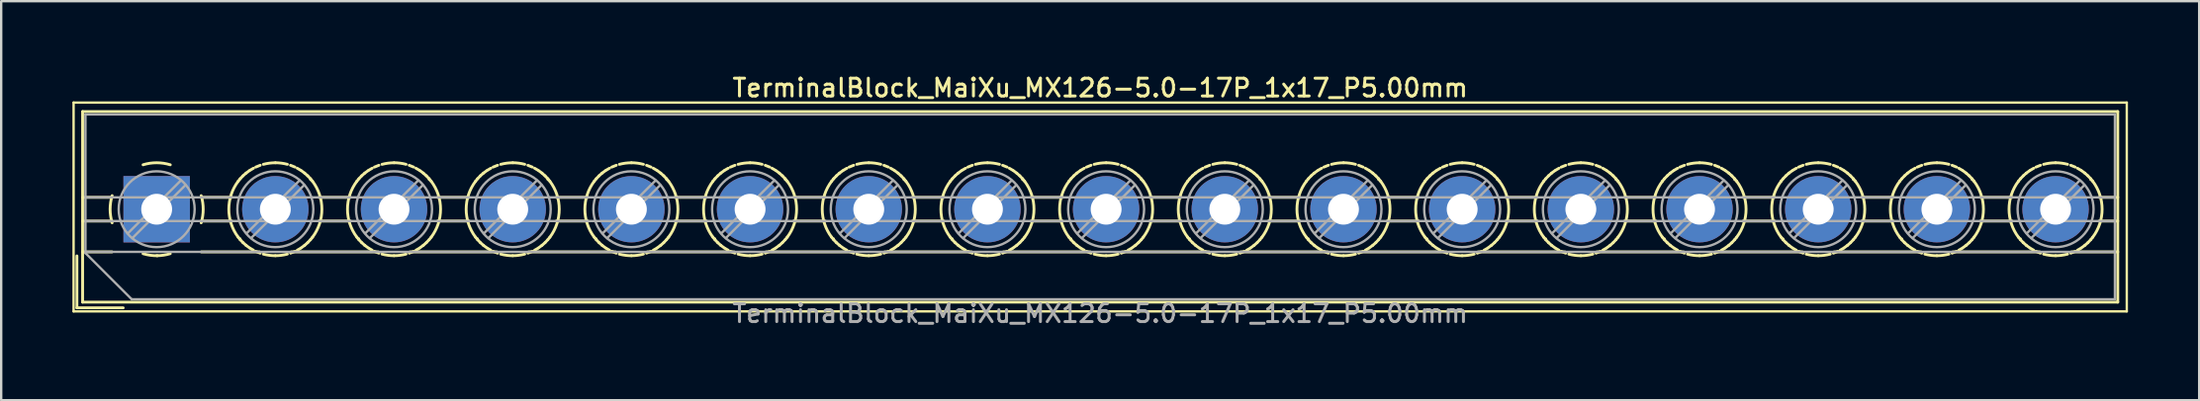
<source format=kicad_pcb>
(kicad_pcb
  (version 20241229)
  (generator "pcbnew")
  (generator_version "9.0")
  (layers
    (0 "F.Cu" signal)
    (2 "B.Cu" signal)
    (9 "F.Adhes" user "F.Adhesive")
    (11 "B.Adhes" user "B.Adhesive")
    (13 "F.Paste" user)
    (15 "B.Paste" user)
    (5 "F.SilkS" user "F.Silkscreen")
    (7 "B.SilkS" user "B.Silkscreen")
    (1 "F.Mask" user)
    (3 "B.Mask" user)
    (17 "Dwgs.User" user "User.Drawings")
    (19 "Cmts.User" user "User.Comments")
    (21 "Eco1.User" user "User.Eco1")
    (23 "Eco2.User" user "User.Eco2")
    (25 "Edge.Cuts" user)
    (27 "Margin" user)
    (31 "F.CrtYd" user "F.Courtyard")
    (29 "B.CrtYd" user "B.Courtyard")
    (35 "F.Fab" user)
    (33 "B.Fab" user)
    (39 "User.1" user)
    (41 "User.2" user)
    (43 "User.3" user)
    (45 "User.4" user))
  (footprint "TerminalBlock_MaiXu_MX126-5.0-17P_1x17_P5.00mm"
    (layer "F.Cu")
    (at 3.55 5.778)
    (property "Reference" "TerminalBlock_MaiXu_MX126-5.0-17P_1x17_P5.00mm" (at 39.75 -5.12 0) (layer "F.SilkS") (effects (font (size 0.75 0.75) (thickness 0.125))))
    (attr through_hole)
    (fp_line (start -3.5 -4.5) (end -3.5 4.31) (stroke (width 0.1) (type solid)) (layer "F.SilkS"))
    (fp_line (start -3.5 4.31) (end 83 4.31) (stroke (width 0.1) (type solid)) (layer "F.SilkS"))
    (fp_line (start -3.36 1.97) (end -3.36 4.16) (stroke (width 0.12) (type solid)) (layer "F.SilkS"))
    (fp_line (start -3.36 4.16) (end -1.41 4.16) (stroke (width 0.12) (type solid)) (layer "F.SilkS"))
    (fp_line (start -3.12 -4.12) (end -3.12 3.92) (stroke (width 0.12) (type solid)) (layer "F.SilkS"))
    (fp_line (start -3.12 -4.12) (end 82.62 -4.12) (stroke (width 0.12) (type solid)) (layer "F.SilkS"))
    (fp_line (start -3.12 -0.5) (end -1.88 -0.5) (stroke (width 0.12) (type solid)) (layer "F.SilkS"))
    (fp_line (start -3.12 0.5) (end -1.88 0.5) (stroke (width 0.12) (type solid)) (layer "F.SilkS"))
    (fp_line (start -3.12 1.8) (end -1.88 1.8) (stroke (width 0.12) (type solid)) (layer "F.SilkS"))
    (fp_line (start -3.12 3.92) (end 82.62 3.92) (stroke (width 0.12) (type solid)) (layer "F.SilkS"))
    (fp_line (start 1.88 -0.5) (end 3.165 -0.5) (stroke (width 0.12) (type solid)) (layer "F.SilkS"))
    (fp_line (start 1.88 0.5) (end 3.165 0.5) (stroke (width 0.12) (type solid)) (layer "F.SilkS"))
    (fp_line (start 1.88 1.8) (end 4.331 1.8) (stroke (width 0.12) (type solid)) (layer "F.SilkS"))
    (fp_line (start 3.514 1.248) (end 3.514 1.248) (stroke (width 0.12) (type solid)) (layer "F.SilkS"))
    (fp_line (start 5.67 1.8) (end 9.331 1.8) (stroke (width 0.12) (type solid)) (layer "F.SilkS"))
    (fp_line (start 6.487 -1.248) (end 6.487 -1.248) (stroke (width 0.12) (type solid)) (layer "F.SilkS"))
    (fp_line (start 6.836 -0.5) (end 8.165 -0.5) (stroke (width 0.12) (type solid)) (layer "F.SilkS"))
    (fp_line (start 6.836 0.5) (end 8.165 0.5) (stroke (width 0.12) (type solid)) (layer "F.SilkS"))
    (fp_line (start 8.514 1.248) (end 8.514 1.248) (stroke (width 0.12) (type solid)) (layer "F.SilkS"))
    (fp_line (start 10.67 1.8) (end 14.331 1.8) (stroke (width 0.12) (type solid)) (layer "F.SilkS"))
    (fp_line (start 11.487 -1.248) (end 11.487 -1.248) (stroke (width 0.12) (type solid)) (layer "F.SilkS"))
    (fp_line (start 11.836 -0.5) (end 13.165 -0.5) (stroke (width 0.12) (type solid)) (layer "F.SilkS"))
    (fp_line (start 11.836 0.5) (end 13.165 0.5) (stroke (width 0.12) (type solid)) (layer "F.SilkS"))
    (fp_line (start 13.514 1.248) (end 13.514 1.248) (stroke (width 0.12) (type solid)) (layer "F.SilkS"))
    (fp_line (start 15.67 1.8) (end 19.331 1.8) (stroke (width 0.12) (type solid)) (layer "F.SilkS"))
    (fp_line (start 16.487 -1.248) (end 16.487 -1.248) (stroke (width 0.12) (type solid)) (layer "F.SilkS"))
    (fp_line (start 16.836 -0.5) (end 18.165 -0.5) (stroke (width 0.12) (type solid)) (layer "F.SilkS"))
    (fp_line (start 16.836 0.5) (end 18.165 0.5) (stroke (width 0.12) (type solid)) (layer "F.SilkS"))
    (fp_line (start 18.514 1.248) (end 18.514 1.248) (stroke (width 0.12) (type solid)) (layer "F.SilkS"))
    (fp_line (start 20.67 1.8) (end 24.331 1.8) (stroke (width 0.12) (type solid)) (layer "F.SilkS"))
    (fp_line (start 21.487 -1.248) (end 21.487 -1.248) (stroke (width 0.12) (type solid)) (layer "F.SilkS"))
    (fp_line (start 21.836 -0.5) (end 23.165 -0.5) (stroke (width 0.12) (type solid)) (layer "F.SilkS"))
    (fp_line (start 21.836 0.5) (end 23.165 0.5) (stroke (width 0.12) (type solid)) (layer "F.SilkS"))
    (fp_line (start 23.514 1.248) (end 23.514 1.248) (stroke (width 0.12) (type solid)) (layer "F.SilkS"))
    (fp_line (start 25.67 1.8) (end 29.331 1.8) (stroke (width 0.12) (type solid)) (layer "F.SilkS"))
    (fp_line (start 26.487 -1.248) (end 26.487 -1.248) (stroke (width 0.12) (type solid)) (layer "F.SilkS"))
    (fp_line (start 26.836 -0.5) (end 28.165 -0.5) (stroke (width 0.12) (type solid)) (layer "F.SilkS"))
    (fp_line (start 26.836 0.5) (end 28.165 0.5) (stroke (width 0.12) (type solid)) (layer "F.SilkS"))
    (fp_line (start 28.514 1.248) (end 28.514 1.248) (stroke (width 0.12) (type solid)) (layer "F.SilkS"))
    (fp_line (start 30.67 1.8) (end 34.331 1.8) (stroke (width 0.12) (type solid)) (layer "F.SilkS"))
    (fp_line (start 31.487 -1.248) (end 31.487 -1.248) (stroke (width 0.12) (type solid)) (layer "F.SilkS"))
    (fp_line (start 31.836 -0.5) (end 33.165 -0.5) (stroke (width 0.12) (type solid)) (layer "F.SilkS"))
    (fp_line (start 31.836 0.5) (end 33.165 0.5) (stroke (width 0.12) (type solid)) (layer "F.SilkS"))
    (fp_line (start 33.514 1.248) (end 33.514 1.248) (stroke (width 0.12) (type solid)) (layer "F.SilkS"))
    (fp_line (start 35.67 1.8) (end 39.331 1.8) (stroke (width 0.12) (type solid)) (layer "F.SilkS"))
    (fp_line (start 36.487 -1.248) (end 36.487 -1.248) (stroke (width 0.12) (type solid)) (layer "F.SilkS"))
    (fp_line (start 36.836 -0.5) (end 38.165 -0.5) (stroke (width 0.12) (type solid)) (layer "F.SilkS"))
    (fp_line (start 36.836 0.5) (end 38.165 0.5) (stroke (width 0.12) (type solid)) (layer "F.SilkS"))
    (fp_line (start 38.514 1.248) (end 38.514 1.248) (stroke (width 0.12) (type solid)) (layer "F.SilkS"))
    (fp_line (start 40.67 1.8) (end 44.331 1.8) (stroke (width 0.12) (type solid)) (layer "F.SilkS"))
    (fp_line (start 41.487 -1.248) (end 41.487 -1.248) (stroke (width 0.12) (type solid)) (layer "F.SilkS"))
    (fp_line (start 41.836 -0.5) (end 43.165 -0.5) (stroke (width 0.12) (type solid)) (layer "F.SilkS"))
    (fp_line (start 41.836 0.5) (end 43.165 0.5) (stroke (width 0.12) (type solid)) (layer "F.SilkS"))
    (fp_line (start 43.514 1.248) (end 43.514 1.248) (stroke (width 0.12) (type solid)) (layer "F.SilkS"))
    (fp_line (start 45.67 1.8) (end 49.331 1.8) (stroke (width 0.12) (type solid)) (layer "F.SilkS"))
    (fp_line (start 46.487 -1.248) (end 46.487 -1.248) (stroke (width 0.12) (type solid)) (layer "F.SilkS"))
    (fp_line (start 46.836 -0.5) (end 48.165 -0.5) (stroke (width 0.12) (type solid)) (layer "F.SilkS"))
    (fp_line (start 46.836 0.5) (end 48.165 0.5) (stroke (width 0.12) (type solid)) (layer "F.SilkS"))
    (fp_line (start 48.514 1.248) (end 48.514 1.248) (stroke (width 0.12) (type solid)) (layer "F.SilkS"))
    (fp_line (start 50.67 1.8) (end 54.331 1.8) (stroke (width 0.12) (type solid)) (layer "F.SilkS"))
    (fp_line (start 51.487 -1.248) (end 51.487 -1.248) (stroke (width 0.12) (type solid)) (layer "F.SilkS"))
    (fp_line (start 51.836 -0.5) (end 53.165 -0.5) (stroke (width 0.12) (type solid)) (layer "F.SilkS"))
    (fp_line (start 51.836 0.5) (end 53.165 0.5) (stroke (width 0.12) (type solid)) (layer "F.SilkS"))
    (fp_line (start 53.514 1.248) (end 53.514 1.248) (stroke (width 0.12) (type solid)) (layer "F.SilkS"))
    (fp_line (start 55.67 1.8) (end 59.331 1.8) (stroke (width 0.12) (type solid)) (layer "F.SilkS"))
    (fp_line (start 56.487 -1.248) (end 56.487 -1.248) (stroke (width 0.12) (type solid)) (layer "F.SilkS"))
    (fp_line (start 56.836 -0.5) (end 58.165 -0.5) (stroke (width 0.12) (type solid)) (layer "F.SilkS"))
    (fp_line (start 56.836 0.5) (end 58.165 0.5) (stroke (width 0.12) (type solid)) (layer "F.SilkS"))
    (fp_line (start 58.514 1.248) (end 58.514 1.248) (stroke (width 0.12) (type solid)) (layer "F.SilkS"))
    (fp_line (start 60.67 1.8) (end 64.331 1.8) (stroke (width 0.12) (type solid)) (layer "F.SilkS"))
    (fp_line (start 61.487 -1.248) (end 61.487 -1.248) (stroke (width 0.12) (type solid)) (layer "F.SilkS"))
    (fp_line (start 61.836 -0.5) (end 63.165 -0.5) (stroke (width 0.12) (type solid)) (layer "F.SilkS"))
    (fp_line (start 61.836 0.5) (end 63.165 0.5) (stroke (width 0.12) (type solid)) (layer "F.SilkS"))
    (fp_line (start 63.514 1.248) (end 63.514 1.248) (stroke (width 0.12) (type solid)) (layer "F.SilkS"))
    (fp_line (start 65.67 1.8) (end 69.331 1.8) (stroke (width 0.12) (type solid)) (layer "F.SilkS"))
    (fp_line (start 66.487 -1.248) (end 66.487 -1.248) (stroke (width 0.12) (type solid)) (layer "F.SilkS"))
    (fp_line (start 66.836 -0.5) (end 68.165 -0.5) (stroke (width 0.12) (type solid)) (layer "F.SilkS"))
    (fp_line (start 66.836 0.5) (end 68.165 0.5) (stroke (width 0.12) (type solid)) (layer "F.SilkS"))
    (fp_line (start 68.514 1.248) (end 68.514 1.248) (stroke (width 0.12) (type solid)) (layer "F.SilkS"))
    (fp_line (start 70.67 1.8) (end 74.331 1.8) (stroke (width 0.12) (type solid)) (layer "F.SilkS"))
    (fp_line (start 71.487 -1.248) (end 71.487 -1.248) (stroke (width 0.12) (type solid)) (layer "F.SilkS"))
    (fp_line (start 71.836 -0.5) (end 73.165 -0.5) (stroke (width 0.12) (type solid)) (layer "F.SilkS"))
    (fp_line (start 71.836 0.5) (end 73.165 0.5) (stroke (width 0.12) (type solid)) (layer "F.SilkS"))
    (fp_line (start 73.514 1.248) (end 73.514 1.248) (stroke (width 0.12) (type solid)) (layer "F.SilkS"))
    (fp_line (start 75.67 1.8) (end 79.331 1.8) (stroke (width 0.12) (type solid)) (layer "F.SilkS"))
    (fp_line (start 76.487 -1.248) (end 76.487 -1.248) (stroke (width 0.12) (type solid)) (layer "F.SilkS"))
    (fp_line (start 76.836 -0.5) (end 78.165 -0.5) (stroke (width 0.12) (type solid)) (layer "F.SilkS"))
    (fp_line (start 76.836 0.5) (end 78.165 0.5) (stroke (width 0.12) (type solid)) (layer "F.SilkS"))
    (fp_line (start 78.514 1.248) (end 78.514 1.248) (stroke (width 0.12) (type solid)) (layer "F.SilkS"))
    (fp_line (start 80.67 1.8) (end 82.62 1.8) (stroke (width 0.12) (type solid)) (layer "F.SilkS"))
    (fp_line (start 81.487 -1.248) (end 81.487 -1.248) (stroke (width 0.12) (type solid)) (layer "F.SilkS"))
    (fp_line (start 81.836 -0.5) (end 82.62 -0.5) (stroke (width 0.12) (type solid)) (layer "F.SilkS"))
    (fp_line (start 81.836 0.5) (end 82.62 0.5) (stroke (width 0.12) (type solid)) (layer "F.SilkS"))
    (fp_line (start 82.62 -4.12) (end 82.62 3.92) (stroke (width 0.12) (type solid)) (layer "F.SilkS"))
    (fp_line (start 83 -4.5) (end -3.5 -4.5) (stroke (width 0.1) (type solid)) (layer "F.SilkS"))
    (fp_line (start 83 4.31) (end 83 -4.5) (stroke (width 0.1) (type solid)) (layer "F.SilkS"))
    (fp_arc (start -1.875422 0.572619) (mid -1.960893 -0.000722) (end -1.875 -0.574) (stroke (width 0.12) (type solid)) (layer "F.SilkS"))
    (fp_arc (start -0.572619 -1.875422) (mid 0.000722 -1.960893) (end 0.574 -1.875) (stroke (width 0.12) (type solid)) (layer "F.SilkS"))
    (fp_arc (start 0.0335 1.960607) (mid -0.273618 1.941709) (end -0.574 1.875) (stroke (width 0.12) (type solid)) (layer "F.SilkS"))
    (fp_arc (start 0.573049 1.874357) (mid 0.289706 1.938471) (end 0 1.96) (stroke (width 0.12) (type solid)) (layer "F.SilkS"))
    (fp_arc (start 1.875422 -0.572619) (mid 1.960893 0.000722) (end 1.875 0.574) (stroke (width 0.12) (type solid)) (layer "F.SilkS"))
    (fp_arc (start 3.434339 1.179122) (mid 3.039994 -0.000549) (end 3.435 -1.18) (stroke (width 0.12) (type solid)) (layer "F.SilkS"))
    (fp_arc (start 3.434826 -1.180695) (mid 3.476985 -1.2346) (end 3.521 -1.287) (stroke (width 0.12) (type solid)) (layer "F.SilkS"))
    (fp_arc (start 3.521125 1.286294) (mid 3.477135 1.233899) (end 3.435 1.18) (stroke (width 0.12) (type solid)) (layer "F.SilkS"))
    (fp_arc (start 3.521202 -1.287012) (mid 3.578748 -1.350291) (end 3.639 -1.411) (stroke (width 0.12) (type solid)) (layer "F.SilkS"))
    (fp_arc (start 3.63871 1.41001) (mid 3.578502 1.349289) (end 3.521 1.286) (stroke (width 0.12) (type solid)) (layer "F.SilkS"))
    (fp_arc (start 3.638867 -1.410738) (mid 3.701698 -1.468767) (end 3.767 -1.524) (stroke (width 0.12) (type solid)) (layer "F.SilkS"))
    (fp_arc (start 3.767069 1.523253) (mid 3.701799 1.468024) (end 3.639 1.41) (stroke (width 0.12) (type solid)) (layer "F.SilkS"))
    (fp_arc (start 3.767452 -1.524377) (mid 3.835117 -1.576689) (end 3.905 -1.626) (stroke (width 0.12) (type solid)) (layer "F.SilkS"))
    (fp_arc (start 3.904517 1.625664) (mid 3.834649 1.576332) (end 3.767 1.524) (stroke (width 0.12) (type solid)) (layer "F.SilkS"))
    (fp_arc (start 3.93363 -1.644317) (mid 4.00637 -1.689266) (end 4.081 -1.731) (stroke (width 0.12) (type solid)) (layer "F.SilkS"))
    (fp_arc (start 4.080344 1.730739) (mid 4.005726 1.688977) (end 3.933 1.644) (stroke (width 0.12) (type solid)) (layer "F.SilkS"))
    (fp_arc (start 4.172694 -1.777259) (mid 4.266842 -1.818121) (end 4.363 -1.854) (stroke (width 0.12) (type solid)) (layer "F.SilkS"))
    (fp_arc (start 4.362283 1.853815) (mid 4.266136 1.817899) (end 4.172 1.777) (stroke (width 0.12) (type solid)) (layer "F.SilkS"))
    (fp_arc (start 4.493681 -1.893473) (mid 4.74516 -1.943362) (end 5.001 -1.96) (stroke (width 0.12) (type solid)) (layer "F.SilkS"))
    (fp_arc (start 5.000479 1.960685) (mid 4.744554 1.943973) (end 4.493 1.894) (stroke (width 0.12) (type solid)) (layer "F.SilkS"))
    (fp_arc (start 5.000487 -1.960944) (mid 5.256437 -1.944104) (end 5.508 -1.894) (stroke (width 0.12) (type solid)) (layer "F.SilkS"))
    (fp_arc (start 5.507285 1.893215) (mid 5.255831 1.943232) (end 5 1.96) (stroke (width 0.12) (type solid)) (layer "F.SilkS"))
    (fp_arc (start 5.638712 -1.85392) (mid 5.734863 -1.817951) (end 5.829 -1.777) (stroke (width 0.12) (type solid)) (layer "F.SilkS"))
    (fp_arc (start 5.829295 1.77705) (mid 5.735155 1.818016) (end 5.639 1.854) (stroke (width 0.12) (type solid)) (layer "F.SilkS"))
    (fp_arc (start 5.920652 -1.730826) (mid 5.995273 -1.689021) (end 6.068 -1.644) (stroke (width 0.12) (type solid)) (layer "F.SilkS"))
    (fp_arc (start 6.068362 1.644143) (mid 5.995629 1.689179) (end 5.921 1.731) (stroke (width 0.12) (type solid)) (layer "F.SilkS"))
    (fp_arc (start 6.096479 -1.625751) (mid 6.16635 -1.576376) (end 6.234 -1.524) (stroke (width 0.12) (type solid)) (layer "F.SilkS"))
    (fp_arc (start 6.233457 1.523294) (mid 6.165838 1.575647) (end 6.096 1.625) (stroke (width 0.12) (type solid)) (layer "F.SilkS"))
    (fp_arc (start 6.233928 -1.523341) (mid 6.2992 -1.468068) (end 6.362 -1.41) (stroke (width 0.12) (type solid)) (layer "F.SilkS"))
    (fp_arc (start 6.36213 1.410651) (mid 6.299301 1.468723) (end 6.234 1.524) (stroke (width 0.12) (type solid)) (layer "F.SilkS"))
    (fp_arc (start 6.362286 -1.410097) (mid 6.422497 -1.349333) (end 6.48 -1.286) (stroke (width 0.12) (type solid)) (layer "F.SilkS"))
    (fp_arc (start 6.479707 1.285928) (mid 6.422207 1.349248) (end 6.362 1.41) (stroke (width 0.12) (type solid)) (layer "F.SilkS"))
    (fp_arc (start 6.479873 -1.286364) (mid 6.523865 -1.233934) (end 6.566 -1.18) (stroke (width 0.12) (type solid)) (layer "F.SilkS"))
    (fp_arc (start 6.565937 -1.180084) (mid 6.960805 -0.000052) (end 6.566 1.18) (stroke (width 0.12) (type solid)) (layer "F.SilkS"))
    (fp_arc (start 6.566102 1.179628) (mid 6.523979 1.233565) (end 6.48 1.286) (stroke (width 0.12) (type solid)) (layer "F.SilkS"))
    (fp_arc (start 8.434339 1.179122) (mid 8.039994 -0.000549) (end 8.435 -1.18) (stroke (width 0.12) (type solid)) (layer "F.SilkS"))
    (fp_arc (start 8.434826 -1.180695) (mid 8.476985 -1.2346) (end 8.521 -1.287) (stroke (width 0.12) (type solid)) (layer "F.SilkS"))
    (fp_arc (start 8.521125 1.286294) (mid 8.477135 1.233899) (end 8.435 1.18) (stroke (width 0.12) (type solid)) (layer "F.SilkS"))
    (fp_arc (start 8.521202 -1.287012) (mid 8.578748 -1.350291) (end 8.639 -1.411) (stroke (width 0.12) (type solid)) (layer "F.SilkS"))
    (fp_arc (start 8.63871 1.41001) (mid 8.578502 1.349289) (end 8.521 1.286) (stroke (width 0.12) (type solid)) (layer "F.SilkS"))
    (fp_arc (start 8.638867 -1.410738) (mid 8.701698 -1.468767) (end 8.767 -1.524) (stroke (width 0.12) (type solid)) (layer "F.SilkS"))
    (fp_arc (start 8.767069 1.523253) (mid 8.701799 1.468024) (end 8.639 1.41) (stroke (width 0.12) (type solid)) (layer "F.SilkS"))
    (fp_arc (start 8.767452 -1.524377) (mid 8.835117 -1.576689) (end 8.905 -1.626) (stroke (width 0.12) (type solid)) (layer "F.SilkS"))
    (fp_arc (start 8.904517 1.625664) (mid 8.834649 1.576332) (end 8.767 1.524) (stroke (width 0.12) (type solid)) (layer "F.SilkS"))
    (fp_arc (start 8.93363 -1.644317) (mid 9.00637 -1.689266) (end 9.081 -1.731) (stroke (width 0.12) (type solid)) (layer "F.SilkS"))
    (fp_arc (start 9.080344 1.730739) (mid 9.005726 1.688977) (end 8.933 1.644) (stroke (width 0.12) (type solid)) (layer "F.SilkS"))
    (fp_arc (start 9.172694 -1.777259) (mid 9.266842 -1.818121) (end 9.363 -1.854) (stroke (width 0.12) (type solid)) (layer "F.SilkS"))
    (fp_arc (start 9.362283 1.853815) (mid 9.266136 1.817899) (end 9.172 1.777) (stroke (width 0.12) (type solid)) (layer "F.SilkS"))
    (fp_arc (start 9.493681 -1.893473) (mid 9.74516 -1.943362) (end 10.001 -1.96) (stroke (width 0.12) (type solid)) (layer "F.SilkS"))
    (fp_arc (start 10.000479 1.960685) (mid 9.744554 1.943973) (end 9.493 1.894) (stroke (width 0.12) (type solid)) (layer "F.SilkS"))
    (fp_arc (start 10.000487 -1.960944) (mid 10.256437 -1.944104) (end 10.508 -1.894) (stroke (width 0.12) (type solid)) (layer "F.SilkS"))
    (fp_arc (start 10.507285 1.893215) (mid 10.255831 1.943232) (end 10 1.96) (stroke (width 0.12) (type solid)) (layer "F.SilkS"))
    (fp_arc (start 10.638712 -1.85392) (mid 10.734863 -1.817951) (end 10.829 -1.777) (stroke (width 0.12) (type solid)) (layer "F.SilkS"))
    (fp_arc (start 10.829295 1.77705) (mid 10.735155 1.818016) (end 10.639 1.854) (stroke (width 0.12) (type solid)) (layer "F.SilkS"))
    (fp_arc (start 10.920652 -1.730826) (mid 10.995273 -1.689021) (end 11.068 -1.644) (stroke (width 0.12) (type solid)) (layer "F.SilkS"))
    (fp_arc (start 11.068362 1.644143) (mid 10.995629 1.689179) (end 10.921 1.731) (stroke (width 0.12) (type solid)) (layer "F.SilkS"))
    (fp_arc (start 11.096479 -1.625751) (mid 11.16635 -1.576376) (end 11.234 -1.524) (stroke (width 0.12) (type solid)) (layer "F.SilkS"))
    (fp_arc (start 11.233457 1.523294) (mid 11.165838 1.575647) (end 11.096 1.625) (stroke (width 0.12) (type solid)) (layer "F.SilkS"))
    (fp_arc (start 11.233928 -1.523341) (mid 11.2992 -1.468068) (end 11.362 -1.41) (stroke (width 0.12) (type solid)) (layer "F.SilkS"))
    (fp_arc (start 11.36213 1.410651) (mid 11.299301 1.468723) (end 11.234 1.524) (stroke (width 0.12) (type solid)) (layer "F.SilkS"))
    (fp_arc (start 11.362286 -1.410097) (mid 11.422497 -1.349333) (end 11.48 -1.286) (stroke (width 0.12) (type solid)) (layer "F.SilkS"))
    (fp_arc (start 11.479707 1.285928) (mid 11.422207 1.349248) (end 11.362 1.41) (stroke (width 0.12) (type solid)) (layer "F.SilkS"))
    (fp_arc (start 11.479873 -1.286364) (mid 11.523865 -1.233934) (end 11.566 -1.18) (stroke (width 0.12) (type solid)) (layer "F.SilkS"))
    (fp_arc (start 11.565937 -1.180084) (mid 11.960805 -0.000052) (end 11.566 1.18) (stroke (width 0.12) (type solid)) (layer "F.SilkS"))
    (fp_arc (start 11.566102 1.179628) (mid 11.523979 1.233565) (end 11.48 1.286) (stroke (width 0.12) (type solid)) (layer "F.SilkS"))
    (fp_arc (start 13.434339 1.179122) (mid 13.039994 -0.000549) (end 13.435 -1.18) (stroke (width 0.12) (type solid)) (layer "F.SilkS"))
    (fp_arc (start 13.434826 -1.180695) (mid 13.476985 -1.2346) (end 13.521 -1.287) (stroke (width 0.12) (type solid)) (layer "F.SilkS"))
    (fp_arc (start 13.521125 1.286294) (mid 13.477135 1.233899) (end 13.435 1.18) (stroke (width 0.12) (type solid)) (layer "F.SilkS"))
    (fp_arc (start 13.521202 -1.287012) (mid 13.578748 -1.350291) (end 13.639 -1.411) (stroke (width 0.12) (type solid)) (layer "F.SilkS"))
    (fp_arc (start 13.63871 1.41001) (mid 13.578502 1.349289) (end 13.521 1.286) (stroke (width 0.12) (type solid)) (layer "F.SilkS"))
    (fp_arc (start 13.638867 -1.410738) (mid 13.701698 -1.468767) (end 13.767 -1.524) (stroke (width 0.12) (type solid)) (layer "F.SilkS"))
    (fp_arc (start 13.767069 1.523253) (mid 13.701799 1.468024) (end 13.639 1.41) (stroke (width 0.12) (type solid)) (layer "F.SilkS"))
    (fp_arc (start 13.767452 -1.524377) (mid 13.835117 -1.576689) (end 13.905 -1.626) (stroke (width 0.12) (type solid)) (layer "F.SilkS"))
    (fp_arc (start 13.904517 1.625664) (mid 13.834649 1.576332) (end 13.767 1.524) (stroke (width 0.12) (type solid)) (layer "F.SilkS"))
    (fp_arc (start 13.93363 -1.644317) (mid 14.00637 -1.689266) (end 14.081 -1.731) (stroke (width 0.12) (type solid)) (layer "F.SilkS"))
    (fp_arc (start 14.080344 1.730739) (mid 14.005726 1.688977) (end 13.933 1.644) (stroke (width 0.12) (type solid)) (layer "F.SilkS"))
    (fp_arc (start 14.172694 -1.777259) (mid 14.266842 -1.818121) (end 14.363 -1.854) (stroke (width 0.12) (type solid)) (layer "F.SilkS"))
    (fp_arc (start 14.362283 1.853815) (mid 14.266136 1.817899) (end 14.172 1.777) (stroke (width 0.12) (type solid)) (layer "F.SilkS"))
    (fp_arc (start 14.493681 -1.893473) (mid 14.74516 -1.943362) (end 15.001 -1.96) (stroke (width 0.12) (type solid)) (layer "F.SilkS"))
    (fp_arc (start 15.000479 1.960685) (mid 14.744554 1.943973) (end 14.493 1.894) (stroke (width 0.12) (type solid)) (layer "F.SilkS"))
    (fp_arc (start 15.000487 -1.960944) (mid 15.256437 -1.944104) (end 15.508 -1.894) (stroke (width 0.12) (type solid)) (layer "F.SilkS"))
    (fp_arc (start 15.507285 1.893215) (mid 15.255831 1.943232) (end 15 1.96) (stroke (width 0.12) (type solid)) (layer "F.SilkS"))
    (fp_arc (start 15.638712 -1.85392) (mid 15.734863 -1.817951) (end 15.829 -1.777) (stroke (width 0.12) (type solid)) (layer "F.SilkS"))
    (fp_arc (start 15.829295 1.77705) (mid 15.735155 1.818016) (end 15.639 1.854) (stroke (width 0.12) (type solid)) (layer "F.SilkS"))
    (fp_arc (start 15.920652 -1.730826) (mid 15.995273 -1.689021) (end 16.068 -1.644) (stroke (width 0.12) (type solid)) (layer "F.SilkS"))
    (fp_arc (start 16.068362 1.644143) (mid 15.995629 1.689179) (end 15.921 1.731) (stroke (width 0.12) (type solid)) (layer "F.SilkS"))
    (fp_arc (start 16.096479 -1.625751) (mid 16.16635 -1.576376) (end 16.234 -1.524) (stroke (width 0.12) (type solid)) (layer "F.SilkS"))
    (fp_arc (start 16.233457 1.523294) (mid 16.165838 1.575647) (end 16.096 1.625) (stroke (width 0.12) (type solid)) (layer "F.SilkS"))
    (fp_arc (start 16.233928 -1.523341) (mid 16.2992 -1.468068) (end 16.362 -1.41) (stroke (width 0.12) (type solid)) (layer "F.SilkS"))
    (fp_arc (start 16.36213 1.410651) (mid 16.299301 1.468723) (end 16.234 1.524) (stroke (width 0.12) (type solid)) (layer "F.SilkS"))
    (fp_arc (start 16.362286 -1.410097) (mid 16.422497 -1.349333) (end 16.48 -1.286) (stroke (width 0.12) (type solid)) (layer "F.SilkS"))
    (fp_arc (start 16.479707 1.285928) (mid 16.422207 1.349248) (end 16.362 1.41) (stroke (width 0.12) (type solid)) (layer "F.SilkS"))
    (fp_arc (start 16.479873 -1.286364) (mid 16.523865 -1.233934) (end 16.566 -1.18) (stroke (width 0.12) (type solid)) (layer "F.SilkS"))
    (fp_arc (start 16.565937 -1.180084) (mid 16.960805 -0.000052) (end 16.566 1.18) (stroke (width 0.12) (type solid)) (layer "F.SilkS"))
    (fp_arc (start 16.566102 1.179628) (mid 16.523979 1.233565) (end 16.48 1.286) (stroke (width 0.12) (type solid)) (layer "F.SilkS"))
    (fp_arc (start 18.434339 1.179122) (mid 18.039994 -0.000549) (end 18.435 -1.18) (stroke (width 0.12) (type solid)) (layer "F.SilkS"))
    (fp_arc (start 18.434826 -1.180695) (mid 18.476985 -1.2346) (end 18.521 -1.287) (stroke (width 0.12) (type solid)) (layer "F.SilkS"))
    (fp_arc (start 18.521125 1.286294) (mid 18.477135 1.233899) (end 18.435 1.18) (stroke (width 0.12) (type solid)) (layer "F.SilkS"))
    (fp_arc (start 18.521202 -1.287012) (mid 18.578748 -1.350291) (end 18.639 -1.411) (stroke (width 0.12) (type solid)) (layer "F.SilkS"))
    (fp_arc (start 18.63871 1.41001) (mid 18.578502 1.349289) (end 18.521 1.286) (stroke (width 0.12) (type solid)) (layer "F.SilkS"))
    (fp_arc (start 18.638867 -1.410738) (mid 18.701698 -1.468767) (end 18.767 -1.524) (stroke (width 0.12) (type solid)) (layer "F.SilkS"))
    (fp_arc (start 18.767069 1.523253) (mid 18.701799 1.468024) (end 18.639 1.41) (stroke (width 0.12) (type solid)) (layer "F.SilkS"))
    (fp_arc (start 18.767452 -1.524377) (mid 18.835117 -1.576689) (end 18.905 -1.626) (stroke (width 0.12) (type solid)) (layer "F.SilkS"))
    (fp_arc (start 18.904517 1.625664) (mid 18.834649 1.576332) (end 18.767 1.524) (stroke (width 0.12) (type solid)) (layer "F.SilkS"))
    (fp_arc (start 18.93363 -1.644317) (mid 19.00637 -1.689266) (end 19.081 -1.731) (stroke (width 0.12) (type solid)) (layer "F.SilkS"))
    (fp_arc (start 19.080344 1.730739) (mid 19.005726 1.688977) (end 18.933 1.644) (stroke (width 0.12) (type solid)) (layer "F.SilkS"))
    (fp_arc (start 19.172694 -1.777259) (mid 19.266842 -1.818121) (end 19.363 -1.854) (stroke (width 0.12) (type solid)) (layer "F.SilkS"))
    (fp_arc (start 19.362283 1.853815) (mid 19.266136 1.817899) (end 19.172 1.777) (stroke (width 0.12) (type solid)) (layer "F.SilkS"))
    (fp_arc (start 19.493681 -1.893473) (mid 19.74516 -1.943362) (end 20.001 -1.96) (stroke (width 0.12) (type solid)) (layer "F.SilkS"))
    (fp_arc (start 20.000479 1.960685) (mid 19.744554 1.943973) (end 19.493 1.894) (stroke (width 0.12) (type solid)) (layer "F.SilkS"))
    (fp_arc (start 20.000487 -1.960944) (mid 20.256437 -1.944104) (end 20.508 -1.894) (stroke (width 0.12) (type solid)) (layer "F.SilkS"))
    (fp_arc (start 20.507285 1.893215) (mid 20.255831 1.943232) (end 20 1.96) (stroke (width 0.12) (type solid)) (layer "F.SilkS"))
    (fp_arc (start 20.638712 -1.85392) (mid 20.734863 -1.817951) (end 20.829 -1.777) (stroke (width 0.12) (type solid)) (layer "F.SilkS"))
    (fp_arc (start 20.829295 1.77705) (mid 20.735155 1.818016) (end 20.639 1.854) (stroke (width 0.12) (type solid)) (layer "F.SilkS"))
    (fp_arc (start 20.920652 -1.730826) (mid 20.995273 -1.689021) (end 21.068 -1.644) (stroke (width 0.12) (type solid)) (layer "F.SilkS"))
    (fp_arc (start 21.068362 1.644143) (mid 20.995629 1.689179) (end 20.921 1.731) (stroke (width 0.12) (type solid)) (layer "F.SilkS"))
    (fp_arc (start 21.096479 -1.625751) (mid 21.16635 -1.576376) (end 21.234 -1.524) (stroke (width 0.12) (type solid)) (layer "F.SilkS"))
    (fp_arc (start 21.233457 1.523294) (mid 21.165838 1.575647) (end 21.096 1.625) (stroke (width 0.12) (type solid)) (layer "F.SilkS"))
    (fp_arc (start 21.233928 -1.523341) (mid 21.2992 -1.468068) (end 21.362 -1.41) (stroke (width 0.12) (type solid)) (layer "F.SilkS"))
    (fp_arc (start 21.36213 1.410651) (mid 21.299301 1.468723) (end 21.234 1.524) (stroke (width 0.12) (type solid)) (layer "F.SilkS"))
    (fp_arc (start 21.362286 -1.410097) (mid 21.422497 -1.349333) (end 21.48 -1.286) (stroke (width 0.12) (type solid)) (layer "F.SilkS"))
    (fp_arc (start 21.479707 1.285928) (mid 21.422207 1.349248) (end 21.362 1.41) (stroke (width 0.12) (type solid)) (layer "F.SilkS"))
    (fp_arc (start 21.479873 -1.286364) (mid 21.523865 -1.233934) (end 21.566 -1.18) (stroke (width 0.12) (type solid)) (layer "F.SilkS"))
    (fp_arc (start 21.565937 -1.180084) (mid 21.960805 -0.000052) (end 21.566 1.18) (stroke (width 0.12) (type solid)) (layer "F.SilkS"))
    (fp_arc (start 21.566102 1.179628) (mid 21.523979 1.233565) (end 21.48 1.286) (stroke (width 0.12) (type solid)) (layer "F.SilkS"))
    (fp_arc (start 23.434339 1.179122) (mid 23.039994 -0.000549) (end 23.435 -1.18) (stroke (width 0.12) (type solid)) (layer "F.SilkS"))
    (fp_arc (start 23.434826 -1.180695) (mid 23.476985 -1.2346) (end 23.521 -1.287) (stroke (width 0.12) (type solid)) (layer "F.SilkS"))
    (fp_arc (start 23.521125 1.286294) (mid 23.477135 1.233899) (end 23.435 1.18) (stroke (width 0.12) (type solid)) (layer "F.SilkS"))
    (fp_arc (start 23.521202 -1.287012) (mid 23.578748 -1.350291) (end 23.639 -1.411) (stroke (width 0.12) (type solid)) (layer "F.SilkS"))
    (fp_arc (start 23.63871 1.41001) (mid 23.578502 1.349289) (end 23.521 1.286) (stroke (width 0.12) (type solid)) (layer "F.SilkS"))
    (fp_arc (start 23.638867 -1.410738) (mid 23.701698 -1.468767) (end 23.767 -1.524) (stroke (width 0.12) (type solid)) (layer "F.SilkS"))
    (fp_arc (start 23.767069 1.523253) (mid 23.701799 1.468024) (end 23.639 1.41) (stroke (width 0.12) (type solid)) (layer "F.SilkS"))
    (fp_arc (start 23.767452 -1.524377) (mid 23.835117 -1.576689) (end 23.905 -1.626) (stroke (width 0.12) (type solid)) (layer "F.SilkS"))
    (fp_arc (start 23.904517 1.625664) (mid 23.834649 1.576332) (end 23.767 1.524) (stroke (width 0.12) (type solid)) (layer "F.SilkS"))
    (fp_arc (start 23.93363 -1.644317) (mid 24.00637 -1.689266) (end 24.081 -1.731) (stroke (width 0.12) (type solid)) (layer "F.SilkS"))
    (fp_arc (start 24.080344 1.730739) (mid 24.005726 1.688977) (end 23.933 1.644) (stroke (width 0.12) (type solid)) (layer "F.SilkS"))
    (fp_arc (start 24.172694 -1.777259) (mid 24.266842 -1.818121) (end 24.363 -1.854) (stroke (width 0.12) (type solid)) (layer "F.SilkS"))
    (fp_arc (start 24.362283 1.853815) (mid 24.266136 1.817899) (end 24.172 1.777) (stroke (width 0.12) (type solid)) (layer "F.SilkS"))
    (fp_arc (start 24.493681 -1.893473) (mid 24.74516 -1.943362) (end 25.001 -1.96) (stroke (width 0.12) (type solid)) (layer "F.SilkS"))
    (fp_arc (start 25.000479 1.960685) (mid 24.744554 1.943973) (end 24.493 1.894) (stroke (width 0.12) (type solid)) (layer "F.SilkS"))
    (fp_arc (start 25.000487 -1.960944) (mid 25.256437 -1.944104) (end 25.508 -1.894) (stroke (width 0.12) (type solid)) (layer "F.SilkS"))
    (fp_arc (start 25.507285 1.893215) (mid 25.255831 1.943232) (end 25 1.96) (stroke (width 0.12) (type solid)) (layer "F.SilkS"))
    (fp_arc (start 25.638712 -1.85392) (mid 25.734863 -1.817951) (end 25.829 -1.777) (stroke (width 0.12) (type solid)) (layer "F.SilkS"))
    (fp_arc (start 25.829295 1.77705) (mid 25.735155 1.818016) (end 25.639 1.854) (stroke (width 0.12) (type solid)) (layer "F.SilkS"))
    (fp_arc (start 25.920652 -1.730826) (mid 25.995273 -1.689021) (end 26.068 -1.644) (stroke (width 0.12) (type solid)) (layer "F.SilkS"))
    (fp_arc (start 26.068362 1.644143) (mid 25.995629 1.689179) (end 25.921 1.731) (stroke (width 0.12) (type solid)) (layer "F.SilkS"))
    (fp_arc (start 26.096479 -1.625751) (mid 26.16635 -1.576376) (end 26.234 -1.524) (stroke (width 0.12) (type solid)) (layer "F.SilkS"))
    (fp_arc (start 26.233457 1.523294) (mid 26.165838 1.575647) (end 26.096 1.625) (stroke (width 0.12) (type solid)) (layer "F.SilkS"))
    (fp_arc (start 26.233928 -1.523341) (mid 26.2992 -1.468068) (end 26.362 -1.41) (stroke (width 0.12) (type solid)) (layer "F.SilkS"))
    (fp_arc (start 26.36213 1.410651) (mid 26.299301 1.468723) (end 26.234 1.524) (stroke (width 0.12) (type solid)) (layer "F.SilkS"))
    (fp_arc (start 26.362286 -1.410097) (mid 26.422497 -1.349333) (end 26.48 -1.286) (stroke (width 0.12) (type solid)) (layer "F.SilkS"))
    (fp_arc (start 26.479707 1.285928) (mid 26.422207 1.349248) (end 26.362 1.41) (stroke (width 0.12) (type solid)) (layer "F.SilkS"))
    (fp_arc (start 26.479873 -1.286364) (mid 26.523865 -1.233934) (end 26.566 -1.18) (stroke (width 0.12) (type solid)) (layer "F.SilkS"))
    (fp_arc (start 26.565937 -1.180084) (mid 26.960805 -0.000052) (end 26.566 1.18) (stroke (width 0.12) (type solid)) (layer "F.SilkS"))
    (fp_arc (start 26.566102 1.179628) (mid 26.523979 1.233565) (end 26.48 1.286) (stroke (width 0.12) (type solid)) (layer "F.SilkS"))
    (fp_arc (start 28.434339 1.179122) (mid 28.039994 -0.000549) (end 28.435 -1.18) (stroke (width 0.12) (type solid)) (layer "F.SilkS"))
    (fp_arc (start 28.434826 -1.180695) (mid 28.476985 -1.2346) (end 28.521 -1.287) (stroke (width 0.12) (type solid)) (layer "F.SilkS"))
    (fp_arc (start 28.521125 1.286294) (mid 28.477135 1.233899) (end 28.435 1.18) (stroke (width 0.12) (type solid)) (layer "F.SilkS"))
    (fp_arc (start 28.521202 -1.287012) (mid 28.578748 -1.350291) (end 28.639 -1.411) (stroke (width 0.12) (type solid)) (layer "F.SilkS"))
    (fp_arc (start 28.63871 1.41001) (mid 28.578502 1.349289) (end 28.521 1.286) (stroke (width 0.12) (type solid)) (layer "F.SilkS"))
    (fp_arc (start 28.638867 -1.410738) (mid 28.701698 -1.468767) (end 28.767 -1.524) (stroke (width 0.12) (type solid)) (layer "F.SilkS"))
    (fp_arc (start 28.767069 1.523253) (mid 28.701799 1.468024) (end 28.639 1.41) (stroke (width 0.12) (type solid)) (layer "F.SilkS"))
    (fp_arc (start 28.767452 -1.524377) (mid 28.835117 -1.576689) (end 28.905 -1.626) (stroke (width 0.12) (type solid)) (layer "F.SilkS"))
    (fp_arc (start 28.904517 1.625664) (mid 28.834649 1.576332) (end 28.767 1.524) (stroke (width 0.12) (type solid)) (layer "F.SilkS"))
    (fp_arc (start 28.93363 -1.644317) (mid 29.00637 -1.689266) (end 29.081 -1.731) (stroke (width 0.12) (type solid)) (layer "F.SilkS"))
    (fp_arc (start 29.080344 1.730739) (mid 29.005726 1.688977) (end 28.933 1.644) (stroke (width 0.12) (type solid)) (layer "F.SilkS"))
    (fp_arc (start 29.172694 -1.777259) (mid 29.266842 -1.818121) (end 29.363 -1.854) (stroke (width 0.12) (type solid)) (layer "F.SilkS"))
    (fp_arc (start 29.362283 1.853815) (mid 29.266136 1.817899) (end 29.172 1.777) (stroke (width 0.12) (type solid)) (layer "F.SilkS"))
    (fp_arc (start 29.493681 -1.893473) (mid 29.74516 -1.943362) (end 30.001 -1.96) (stroke (width 0.12) (type solid)) (layer "F.SilkS"))
    (fp_arc (start 30.000479 1.960685) (mid 29.744554 1.943973) (end 29.493 1.894) (stroke (width 0.12) (type solid)) (layer "F.SilkS"))
    (fp_arc (start 30.000487 -1.960944) (mid 30.256437 -1.944104) (end 30.508 -1.894) (stroke (width 0.12) (type solid)) (layer "F.SilkS"))
    (fp_arc (start 30.507285 1.893215) (mid 30.255831 1.943232) (end 30 1.96) (stroke (width 0.12) (type solid)) (layer "F.SilkS"))
    (fp_arc (start 30.638712 -1.85392) (mid 30.734863 -1.817951) (end 30.829 -1.777) (stroke (width 0.12) (type solid)) (layer "F.SilkS"))
    (fp_arc (start 30.829295 1.77705) (mid 30.735155 1.818016) (end 30.639 1.854) (stroke (width 0.12) (type solid)) (layer "F.SilkS"))
    (fp_arc (start 30.920652 -1.730826) (mid 30.995273 -1.689021) (end 31.068 -1.644) (stroke (width 0.12) (type solid)) (layer "F.SilkS"))
    (fp_arc (start 31.068362 1.644143) (mid 30.995629 1.689179) (end 30.921 1.731) (stroke (width 0.12) (type solid)) (layer "F.SilkS"))
    (fp_arc (start 31.096479 -1.625751) (mid 31.16635 -1.576376) (end 31.234 -1.524) (stroke (width 0.12) (type solid)) (layer "F.SilkS"))
    (fp_arc (start 31.233457 1.523294) (mid 31.165838 1.575647) (end 31.096 1.625) (stroke (width 0.12) (type solid)) (layer "F.SilkS"))
    (fp_arc (start 31.233928 -1.523341) (mid 31.2992 -1.468068) (end 31.362 -1.41) (stroke (width 0.12) (type solid)) (layer "F.SilkS"))
    (fp_arc (start 31.36213 1.410651) (mid 31.299301 1.468723) (end 31.234 1.524) (stroke (width 0.12) (type solid)) (layer "F.SilkS"))
    (fp_arc (start 31.362286 -1.410097) (mid 31.422497 -1.349333) (end 31.48 -1.286) (stroke (width 0.12) (type solid)) (layer "F.SilkS"))
    (fp_arc (start 31.479707 1.285928) (mid 31.422207 1.349248) (end 31.362 1.41) (stroke (width 0.12) (type solid)) (layer "F.SilkS"))
    (fp_arc (start 31.479873 -1.286364) (mid 31.523865 -1.233934) (end 31.566 -1.18) (stroke (width 0.12) (type solid)) (layer "F.SilkS"))
    (fp_arc (start 31.565937 -1.180084) (mid 31.960805 -0.000052) (end 31.566 1.18) (stroke (width 0.12) (type solid)) (layer "F.SilkS"))
    (fp_arc (start 31.566102 1.179628) (mid 31.523979 1.233565) (end 31.48 1.286) (stroke (width 0.12) (type solid)) (layer "F.SilkS"))
    (fp_arc (start 33.434339 1.179122) (mid 33.039994 -0.000549) (end 33.435 -1.18) (stroke (width 0.12) (type solid)) (layer "F.SilkS"))
    (fp_arc (start 33.434826 -1.180695) (mid 33.476985 -1.2346) (end 33.521 -1.287) (stroke (width 0.12) (type solid)) (layer "F.SilkS"))
    (fp_arc (start 33.521125 1.286294) (mid 33.477135 1.233899) (end 33.435 1.18) (stroke (width 0.12) (type solid)) (layer "F.SilkS"))
    (fp_arc (start 33.521202 -1.287012) (mid 33.578748 -1.350291) (end 33.639 -1.411) (stroke (width 0.12) (type solid)) (layer "F.SilkS"))
    (fp_arc (start 33.63871 1.41001) (mid 33.578502 1.349289) (end 33.521 1.286) (stroke (width 0.12) (type solid)) (layer "F.SilkS"))
    (fp_arc (start 33.638867 -1.410738) (mid 33.701698 -1.468767) (end 33.767 -1.524) (stroke (width 0.12) (type solid)) (layer "F.SilkS"))
    (fp_arc (start 33.767069 1.523253) (mid 33.701799 1.468024) (end 33.639 1.41) (stroke (width 0.12) (type solid)) (layer "F.SilkS"))
    (fp_arc (start 33.767452 -1.524377) (mid 33.835117 -1.576689) (end 33.905 -1.626) (stroke (width 0.12) (type solid)) (layer "F.SilkS"))
    (fp_arc (start 33.904517 1.625664) (mid 33.834649 1.576332) (end 33.767 1.524) (stroke (width 0.12) (type solid)) (layer "F.SilkS"))
    (fp_arc (start 33.93363 -1.644317) (mid 34.00637 -1.689266) (end 34.081 -1.731) (stroke (width 0.12) (type solid)) (layer "F.SilkS"))
    (fp_arc (start 34.080344 1.730739) (mid 34.005726 1.688977) (end 33.933 1.644) (stroke (width 0.12) (type solid)) (layer "F.SilkS"))
    (fp_arc (start 34.172694 -1.777259) (mid 34.266842 -1.818121) (end 34.363 -1.854) (stroke (width 0.12) (type solid)) (layer "F.SilkS"))
    (fp_arc (start 34.362283 1.853815) (mid 34.266136 1.817899) (end 34.172 1.777) (stroke (width 0.12) (type solid)) (layer "F.SilkS"))
    (fp_arc (start 34.493681 -1.893473) (mid 34.74516 -1.943362) (end 35.001 -1.96) (stroke (width 0.12) (type solid)) (layer "F.SilkS"))
    (fp_arc (start 35.000479 1.960685) (mid 34.744554 1.943973) (end 34.493 1.894) (stroke (width 0.12) (type solid)) (layer "F.SilkS"))
    (fp_arc (start 35.000487 -1.960944) (mid 35.256437 -1.944104) (end 35.508 -1.894) (stroke (width 0.12) (type solid)) (layer "F.SilkS"))
    (fp_arc (start 35.507285 1.893215) (mid 35.255831 1.943232) (end 35 1.96) (stroke (width 0.12) (type solid)) (layer "F.SilkS"))
    (fp_arc (start 35.638712 -1.85392) (mid 35.734863 -1.817951) (end 35.829 -1.777) (stroke (width 0.12) (type solid)) (layer "F.SilkS"))
    (fp_arc (start 35.829295 1.77705) (mid 35.735155 1.818016) (end 35.639 1.854) (stroke (width 0.12) (type solid)) (layer "F.SilkS"))
    (fp_arc (start 35.920652 -1.730826) (mid 35.995273 -1.689021) (end 36.068 -1.644) (stroke (width 0.12) (type solid)) (layer "F.SilkS"))
    (fp_arc (start 36.068362 1.644143) (mid 35.995629 1.689179) (end 35.921 1.731) (stroke (width 0.12) (type solid)) (layer "F.SilkS"))
    (fp_arc (start 36.096479 -1.625751) (mid 36.16635 -1.576376) (end 36.234 -1.524) (stroke (width 0.12) (type solid)) (layer "F.SilkS"))
    (fp_arc (start 36.233457 1.523294) (mid 36.165838 1.575647) (end 36.096 1.625) (stroke (width 0.12) (type solid)) (layer "F.SilkS"))
    (fp_arc (start 36.233928 -1.523341) (mid 36.2992 -1.468068) (end 36.362 -1.41) (stroke (width 0.12) (type solid)) (layer "F.SilkS"))
    (fp_arc (start 36.36213 1.410651) (mid 36.299301 1.468723) (end 36.234 1.524) (stroke (width 0.12) (type solid)) (layer "F.SilkS"))
    (fp_arc (start 36.362286 -1.410097) (mid 36.422497 -1.349333) (end 36.48 -1.286) (stroke (width 0.12) (type solid)) (layer "F.SilkS"))
    (fp_arc (start 36.479707 1.285928) (mid 36.422207 1.349248) (end 36.362 1.41) (stroke (width 0.12) (type solid)) (layer "F.SilkS"))
    (fp_arc (start 36.479873 -1.286364) (mid 36.523865 -1.233934) (end 36.566 -1.18) (stroke (width 0.12) (type solid)) (layer "F.SilkS"))
    (fp_arc (start 36.565937 -1.180084) (mid 36.960805 -0.000052) (end 36.566 1.18) (stroke (width 0.12) (type solid)) (layer "F.SilkS"))
    (fp_arc (start 36.566102 1.179628) (mid 36.523979 1.233565) (end 36.48 1.286) (stroke (width 0.12) (type solid)) (layer "F.SilkS"))
    (fp_arc (start 38.434339 1.179122) (mid 38.039994 -0.000549) (end 38.435 -1.18) (stroke (width 0.12) (type solid)) (layer "F.SilkS"))
    (fp_arc (start 38.434826 -1.180695) (mid 38.476985 -1.2346) (end 38.521 -1.287) (stroke (width 0.12) (type solid)) (layer "F.SilkS"))
    (fp_arc (start 38.521125 1.286294) (mid 38.477135 1.233899) (end 38.435 1.18) (stroke (width 0.12) (type solid)) (layer "F.SilkS"))
    (fp_arc (start 38.521202 -1.287012) (mid 38.578748 -1.350291) (end 38.639 -1.411) (stroke (width 0.12) (type solid)) (layer "F.SilkS"))
    (fp_arc (start 38.63871 1.41001) (mid 38.578502 1.349289) (end 38.521 1.286) (stroke (width 0.12) (type solid)) (layer "F.SilkS"))
    (fp_arc (start 38.638867 -1.410738) (mid 38.701698 -1.468767) (end 38.767 -1.524) (stroke (width 0.12) (type solid)) (layer "F.SilkS"))
    (fp_arc (start 38.767069 1.523253) (mid 38.701799 1.468024) (end 38.639 1.41) (stroke (width 0.12) (type solid)) (layer "F.SilkS"))
    (fp_arc (start 38.767452 -1.524377) (mid 38.835117 -1.576689) (end 38.905 -1.626) (stroke (width 0.12) (type solid)) (layer "F.SilkS"))
    (fp_arc (start 38.904517 1.625664) (mid 38.834649 1.576332) (end 38.767 1.524) (stroke (width 0.12) (type solid)) (layer "F.SilkS"))
    (fp_arc (start 38.93363 -1.644317) (mid 39.00637 -1.689266) (end 39.081 -1.731) (stroke (width 0.12) (type solid)) (layer "F.SilkS"))
    (fp_arc (start 39.080344 1.730739) (mid 39.005726 1.688977) (end 38.933 1.644) (stroke (width 0.12) (type solid)) (layer "F.SilkS"))
    (fp_arc (start 39.172694 -1.777259) (mid 39.266842 -1.818121) (end 39.363 -1.854) (stroke (width 0.12) (type solid)) (layer "F.SilkS"))
    (fp_arc (start 39.362283 1.853815) (mid 39.266136 1.817899) (end 39.172 1.777) (stroke (width 0.12) (type solid)) (layer "F.SilkS"))
    (fp_arc (start 39.493681 -1.893473) (mid 39.74516 -1.943362) (end 40.001 -1.96) (stroke (width 0.12) (type solid)) (layer "F.SilkS"))
    (fp_arc (start 40.000479 1.960685) (mid 39.744554 1.943973) (end 39.493 1.894) (stroke (width 0.12) (type solid)) (layer "F.SilkS"))
    (fp_arc (start 40.000487 -1.960944) (mid 40.256437 -1.944104) (end 40.508 -1.894) (stroke (width 0.12) (type solid)) (layer "F.SilkS"))
    (fp_arc (start 40.507285 1.893215) (mid 40.255831 1.943232) (end 40 1.96) (stroke (width 0.12) (type solid)) (layer "F.SilkS"))
    (fp_arc (start 40.638712 -1.85392) (mid 40.734863 -1.817951) (end 40.829 -1.777) (stroke (width 0.12) (type solid)) (layer "F.SilkS"))
    (fp_arc (start 40.829295 1.77705) (mid 40.735155 1.818016) (end 40.639 1.854) (stroke (width 0.12) (type solid)) (layer "F.SilkS"))
    (fp_arc (start 40.920652 -1.730826) (mid 40.995273 -1.689021) (end 41.068 -1.644) (stroke (width 0.12) (type solid)) (layer "F.SilkS"))
    (fp_arc (start 41.068362 1.644143) (mid 40.995629 1.689179) (end 40.921 1.731) (stroke (width 0.12) (type solid)) (layer "F.SilkS"))
    (fp_arc (start 41.096479 -1.625751) (mid 41.16635 -1.576376) (end 41.234 -1.524) (stroke (width 0.12) (type solid)) (layer "F.SilkS"))
    (fp_arc (start 41.233457 1.523294) (mid 41.165838 1.575647) (end 41.096 1.625) (stroke (width 0.12) (type solid)) (layer "F.SilkS"))
    (fp_arc (start 41.233928 -1.523341) (mid 41.2992 -1.468068) (end 41.362 -1.41) (stroke (width 0.12) (type solid)) (layer "F.SilkS"))
    (fp_arc (start 41.36213 1.410651) (mid 41.299301 1.468723) (end 41.234 1.524) (stroke (width 0.12) (type solid)) (layer "F.SilkS"))
    (fp_arc (start 41.362286 -1.410097) (mid 41.422497 -1.349333) (end 41.48 -1.286) (stroke (width 0.12) (type solid)) (layer "F.SilkS"))
    (fp_arc (start 41.479707 1.285928) (mid 41.422207 1.349248) (end 41.362 1.41) (stroke (width 0.12) (type solid)) (layer "F.SilkS"))
    (fp_arc (start 41.479873 -1.286364) (mid 41.523865 -1.233934) (end 41.566 -1.18) (stroke (width 0.12) (type solid)) (layer "F.SilkS"))
    (fp_arc (start 41.565937 -1.180084) (mid 41.960805 -0.000052) (end 41.566 1.18) (stroke (width 0.12) (type solid)) (layer "F.SilkS"))
    (fp_arc (start 41.566102 1.179628) (mid 41.523979 1.233565) (end 41.48 1.286) (stroke (width 0.12) (type solid)) (layer "F.SilkS"))
    (fp_arc (start 43.434339 1.179122) (mid 43.039994 -0.000549) (end 43.435 -1.18) (stroke (width 0.12) (type solid)) (layer "F.SilkS"))
    (fp_arc (start 43.434826 -1.180695) (mid 43.476985 -1.2346) (end 43.521 -1.287) (stroke (width 0.12) (type solid)) (layer "F.SilkS"))
    (fp_arc (start 43.521125 1.286294) (mid 43.477135 1.233899) (end 43.435 1.18) (stroke (width 0.12) (type solid)) (layer "F.SilkS"))
    (fp_arc (start 43.521202 -1.287012) (mid 43.578748 -1.350291) (end 43.639 -1.411) (stroke (width 0.12) (type solid)) (layer "F.SilkS"))
    (fp_arc (start 43.63871 1.41001) (mid 43.578502 1.349289) (end 43.521 1.286) (stroke (width 0.12) (type solid)) (layer "F.SilkS"))
    (fp_arc (start 43.638867 -1.410738) (mid 43.701698 -1.468767) (end 43.767 -1.524) (stroke (width 0.12) (type solid)) (layer "F.SilkS"))
    (fp_arc (start 43.767069 1.523253) (mid 43.701799 1.468024) (end 43.639 1.41) (stroke (width 0.12) (type solid)) (layer "F.SilkS"))
    (fp_arc (start 43.767452 -1.524377) (mid 43.835117 -1.576689) (end 43.905 -1.626) (stroke (width 0.12) (type solid)) (layer "F.SilkS"))
    (fp_arc (start 43.904517 1.625664) (mid 43.834649 1.576332) (end 43.767 1.524) (stroke (width 0.12) (type solid)) (layer "F.SilkS"))
    (fp_arc (start 43.93363 -1.644317) (mid 44.00637 -1.689266) (end 44.081 -1.731) (stroke (width 0.12) (type solid)) (layer "F.SilkS"))
    (fp_arc (start 44.080344 1.730739) (mid 44.005726 1.688977) (end 43.933 1.644) (stroke (width 0.12) (type solid)) (layer "F.SilkS"))
    (fp_arc (start 44.172694 -1.777259) (mid 44.266842 -1.818121) (end 44.363 -1.854) (stroke (width 0.12) (type solid)) (layer "F.SilkS"))
    (fp_arc (start 44.362283 1.853815) (mid 44.266136 1.817899) (end 44.172 1.777) (stroke (width 0.12) (type solid)) (layer "F.SilkS"))
    (fp_arc (start 44.493681 -1.893473) (mid 44.74516 -1.943362) (end 45.001 -1.96) (stroke (width 0.12) (type solid)) (layer "F.SilkS"))
    (fp_arc (start 45.000479 1.960685) (mid 44.744554 1.943973) (end 44.493 1.894) (stroke (width 0.12) (type solid)) (layer "F.SilkS"))
    (fp_arc (start 45.000487 -1.960944) (mid 45.256437 -1.944104) (end 45.508 -1.894) (stroke (width 0.12) (type solid)) (layer "F.SilkS"))
    (fp_arc (start 45.507285 1.893215) (mid 45.255831 1.943232) (end 45 1.96) (stroke (width 0.12) (type solid)) (layer "F.SilkS"))
    (fp_arc (start 45.638712 -1.85392) (mid 45.734863 -1.817951) (end 45.829 -1.777) (stroke (width 0.12) (type solid)) (layer "F.SilkS"))
    (fp_arc (start 45.829295 1.77705) (mid 45.735155 1.818016) (end 45.639 1.854) (stroke (width 0.12) (type solid)) (layer "F.SilkS"))
    (fp_arc (start 45.920652 -1.730826) (mid 45.995273 -1.689021) (end 46.068 -1.644) (stroke (width 0.12) (type solid)) (layer "F.SilkS"))
    (fp_arc (start 46.068362 1.644143) (mid 45.995629 1.689179) (end 45.921 1.731) (stroke (width 0.12) (type solid)) (layer "F.SilkS"))
    (fp_arc (start 46.096479 -1.625751) (mid 46.16635 -1.576376) (end 46.234 -1.524) (stroke (width 0.12) (type solid)) (layer "F.SilkS"))
    (fp_arc (start 46.233457 1.523294) (mid 46.165838 1.575647) (end 46.096 1.625) (stroke (width 0.12) (type solid)) (layer "F.SilkS"))
    (fp_arc (start 46.233928 -1.523341) (mid 46.2992 -1.468068) (end 46.362 -1.41) (stroke (width 0.12) (type solid)) (layer "F.SilkS"))
    (fp_arc (start 46.36213 1.410651) (mid 46.299301 1.468723) (end 46.234 1.524) (stroke (width 0.12) (type solid)) (layer "F.SilkS"))
    (fp_arc (start 46.362286 -1.410097) (mid 46.422497 -1.349333) (end 46.48 -1.286) (stroke (width 0.12) (type solid)) (layer "F.SilkS"))
    (fp_arc (start 46.479707 1.285928) (mid 46.422207 1.349248) (end 46.362 1.41) (stroke (width 0.12) (type solid)) (layer "F.SilkS"))
    (fp_arc (start 46.479873 -1.286364) (mid 46.523865 -1.233934) (end 46.566 -1.18) (stroke (width 0.12) (type solid)) (layer "F.SilkS"))
    (fp_arc (start 46.565937 -1.180084) (mid 46.960805 -0.000052) (end 46.566 1.18) (stroke (width 0.12) (type solid)) (layer "F.SilkS"))
    (fp_arc (start 46.566102 1.179628) (mid 46.523979 1.233565) (end 46.48 1.286) (stroke (width 0.12) (type solid)) (layer "F.SilkS"))
    (fp_arc (start 48.434339 1.179122) (mid 48.039994 -0.000549) (end 48.435 -1.18) (stroke (width 0.12) (type solid)) (layer "F.SilkS"))
    (fp_arc (start 48.434826 -1.180695) (mid 48.476985 -1.2346) (end 48.521 -1.287) (stroke (width 0.12) (type solid)) (layer "F.SilkS"))
    (fp_arc (start 48.521125 1.286294) (mid 48.477135 1.233899) (end 48.435 1.18) (stroke (width 0.12) (type solid)) (layer "F.SilkS"))
    (fp_arc (start 48.521202 -1.287012) (mid 48.578748 -1.350291) (end 48.639 -1.411) (stroke (width 0.12) (type solid)) (layer "F.SilkS"))
    (fp_arc (start 48.63871 1.41001) (mid 48.578502 1.349289) (end 48.521 1.286) (stroke (width 0.12) (type solid)) (layer "F.SilkS"))
    (fp_arc (start 48.638867 -1.410738) (mid 48.701698 -1.468767) (end 48.767 -1.524) (stroke (width 0.12) (type solid)) (layer "F.SilkS"))
    (fp_arc (start 48.767069 1.523253) (mid 48.701799 1.468024) (end 48.639 1.41) (stroke (width 0.12) (type solid)) (layer "F.SilkS"))
    (fp_arc (start 48.767452 -1.524377) (mid 48.835117 -1.576689) (end 48.905 -1.626) (stroke (width 0.12) (type solid)) (layer "F.SilkS"))
    (fp_arc (start 48.904517 1.625664) (mid 48.834649 1.576332) (end 48.767 1.524) (stroke (width 0.12) (type solid)) (layer "F.SilkS"))
    (fp_arc (start 48.93363 -1.644317) (mid 49.00637 -1.689266) (end 49.081 -1.731) (stroke (width 0.12) (type solid)) (layer "F.SilkS"))
    (fp_arc (start 49.080344 1.730739) (mid 49.005726 1.688977) (end 48.933 1.644) (stroke (width 0.12) (type solid)) (layer "F.SilkS"))
    (fp_arc (start 49.172694 -1.777259) (mid 49.266842 -1.818121) (end 49.363 -1.854) (stroke (width 0.12) (type solid)) (layer "F.SilkS"))
    (fp_arc (start 49.362283 1.853815) (mid 49.266136 1.817899) (end 49.172 1.777) (stroke (width 0.12) (type solid)) (layer "F.SilkS"))
    (fp_arc (start 49.493681 -1.893473) (mid 49.74516 -1.943362) (end 50.001 -1.96) (stroke (width 0.12) (type solid)) (layer "F.SilkS"))
    (fp_arc (start 50.000479 1.960685) (mid 49.744554 1.943973) (end 49.493 1.894) (stroke (width 0.12) (type solid)) (layer "F.SilkS"))
    (fp_arc (start 50.000487 -1.960944) (mid 50.256437 -1.944104) (end 50.508 -1.894) (stroke (width 0.12) (type solid)) (layer "F.SilkS"))
    (fp_arc (start 50.507285 1.893215) (mid 50.255831 1.943232) (end 50 1.96) (stroke (width 0.12) (type solid)) (layer "F.SilkS"))
    (fp_arc (start 50.638712 -1.85392) (mid 50.734863 -1.817951) (end 50.829 -1.777) (stroke (width 0.12) (type solid)) (layer "F.SilkS"))
    (fp_arc (start 50.829295 1.77705) (mid 50.735155 1.818016) (end 50.639 1.854) (stroke (width 0.12) (type solid)) (layer "F.SilkS"))
    (fp_arc (start 50.920652 -1.730826) (mid 50.995273 -1.689021) (end 51.068 -1.644) (stroke (width 0.12) (type solid)) (layer "F.SilkS"))
    (fp_arc (start 51.068362 1.644143) (mid 50.995629 1.689179) (end 50.921 1.731) (stroke (width 0.12) (type solid)) (layer "F.SilkS"))
    (fp_arc (start 51.096479 -1.625751) (mid 51.16635 -1.576376) (end 51.234 -1.524) (stroke (width 0.12) (type solid)) (layer "F.SilkS"))
    (fp_arc (start 51.233457 1.523294) (mid 51.165838 1.575647) (end 51.096 1.625) (stroke (width 0.12) (type solid)) (layer "F.SilkS"))
    (fp_arc (start 51.233928 -1.523341) (mid 51.2992 -1.468068) (end 51.362 -1.41) (stroke (width 0.12) (type solid)) (layer "F.SilkS"))
    (fp_arc (start 51.36213 1.410651) (mid 51.299301 1.468723) (end 51.234 1.524) (stroke (width 0.12) (type solid)) (layer "F.SilkS"))
    (fp_arc (start 51.362286 -1.410097) (mid 51.422497 -1.349333) (end 51.48 -1.286) (stroke (width 0.12) (type solid)) (layer "F.SilkS"))
    (fp_arc (start 51.479707 1.285928) (mid 51.422207 1.349248) (end 51.362 1.41) (stroke (width 0.12) (type solid)) (layer "F.SilkS"))
    (fp_arc (start 51.479873 -1.286364) (mid 51.523865 -1.233934) (end 51.566 -1.18) (stroke (width 0.12) (type solid)) (layer "F.SilkS"))
    (fp_arc (start 51.565937 -1.180084) (mid 51.960805 -0.000052) (end 51.566 1.18) (stroke (width 0.12) (type solid)) (layer "F.SilkS"))
    (fp_arc (start 51.566102 1.179628) (mid 51.523979 1.233565) (end 51.48 1.286) (stroke (width 0.12) (type solid)) (layer "F.SilkS"))
    (fp_arc (start 53.434339 1.179122) (mid 53.039994 -0.000549) (end 53.435 -1.18) (stroke (width 0.12) (type solid)) (layer "F.SilkS"))
    (fp_arc (start 53.434826 -1.180695) (mid 53.476985 -1.2346) (end 53.521 -1.287) (stroke (width 0.12) (type solid)) (layer "F.SilkS"))
    (fp_arc (start 53.521125 1.286294) (mid 53.477135 1.233899) (end 53.435 1.18) (stroke (width 0.12) (type solid)) (layer "F.SilkS"))
    (fp_arc (start 53.521202 -1.287012) (mid 53.578748 -1.350291) (end 53.639 -1.411) (stroke (width 0.12) (type solid)) (layer "F.SilkS"))
    (fp_arc (start 53.63871 1.41001) (mid 53.578502 1.349289) (end 53.521 1.286) (stroke (width 0.12) (type solid)) (layer "F.SilkS"))
    (fp_arc (start 53.638867 -1.410738) (mid 53.701698 -1.468767) (end 53.767 -1.524) (stroke (width 0.12) (type solid)) (layer "F.SilkS"))
    (fp_arc (start 53.767069 1.523253) (mid 53.701799 1.468024) (end 53.639 1.41) (stroke (width 0.12) (type solid)) (layer "F.SilkS"))
    (fp_arc (start 53.767452 -1.524377) (mid 53.835117 -1.576689) (end 53.905 -1.626) (stroke (width 0.12) (type solid)) (layer "F.SilkS"))
    (fp_arc (start 53.904517 1.625664) (mid 53.834649 1.576332) (end 53.767 1.524) (stroke (width 0.12) (type solid)) (layer "F.SilkS"))
    (fp_arc (start 53.93363 -1.644317) (mid 54.00637 -1.689266) (end 54.081 -1.731) (stroke (width 0.12) (type solid)) (layer "F.SilkS"))
    (fp_arc (start 54.080344 1.730739) (mid 54.005726 1.688977) (end 53.933 1.644) (stroke (width 0.12) (type solid)) (layer "F.SilkS"))
    (fp_arc (start 54.172694 -1.777259) (mid 54.266842 -1.818121) (end 54.363 -1.854) (stroke (width 0.12) (type solid)) (layer "F.SilkS"))
    (fp_arc (start 54.362283 1.853815) (mid 54.266136 1.817899) (end 54.172 1.777) (stroke (width 0.12) (type solid)) (layer "F.SilkS"))
    (fp_arc (start 54.493681 -1.893473) (mid 54.74516 -1.943362) (end 55.001 -1.96) (stroke (width 0.12) (type solid)) (layer "F.SilkS"))
    (fp_arc (start 55.000479 1.960685) (mid 54.744554 1.943973) (end 54.493 1.894) (stroke (width 0.12) (type solid)) (layer "F.SilkS"))
    (fp_arc (start 55.000487 -1.960944) (mid 55.256437 -1.944104) (end 55.508 -1.894) (stroke (width 0.12) (type solid)) (layer "F.SilkS"))
    (fp_arc (start 55.507285 1.893215) (mid 55.255831 1.943232) (end 55 1.96) (stroke (width 0.12) (type solid)) (layer "F.SilkS"))
    (fp_arc (start 55.638712 -1.85392) (mid 55.734863 -1.817951) (end 55.829 -1.777) (stroke (width 0.12) (type solid)) (layer "F.SilkS"))
    (fp_arc (start 55.829295 1.77705) (mid 55.735155 1.818016) (end 55.639 1.854) (stroke (width 0.12) (type solid)) (layer "F.SilkS"))
    (fp_arc (start 55.920652 -1.730826) (mid 55.995273 -1.689021) (end 56.068 -1.644) (stroke (width 0.12) (type solid)) (layer "F.SilkS"))
    (fp_arc (start 56.068362 1.644143) (mid 55.995629 1.689179) (end 55.921 1.731) (stroke (width 0.12) (type solid)) (layer "F.SilkS"))
    (fp_arc (start 56.096479 -1.625751) (mid 56.16635 -1.576376) (end 56.234 -1.524) (stroke (width 0.12) (type solid)) (layer "F.SilkS"))
    (fp_arc (start 56.233457 1.523294) (mid 56.165838 1.575647) (end 56.096 1.625) (stroke (width 0.12) (type solid)) (layer "F.SilkS"))
    (fp_arc (start 56.233928 -1.523341) (mid 56.2992 -1.468068) (end 56.362 -1.41) (stroke (width 0.12) (type solid)) (layer "F.SilkS"))
    (fp_arc (start 56.36213 1.410651) (mid 56.299301 1.468723) (end 56.234 1.524) (stroke (width 0.12) (type solid)) (layer "F.SilkS"))
    (fp_arc (start 56.362286 -1.410097) (mid 56.422497 -1.349333) (end 56.48 -1.286) (stroke (width 0.12) (type solid)) (layer "F.SilkS"))
    (fp_arc (start 56.479707 1.285928) (mid 56.422207 1.349248) (end 56.362 1.41) (stroke (width 0.12) (type solid)) (layer "F.SilkS"))
    (fp_arc (start 56.479873 -1.286364) (mid 56.523865 -1.233934) (end 56.566 -1.18) (stroke (width 0.12) (type solid)) (layer "F.SilkS"))
    (fp_arc (start 56.565937 -1.180084) (mid 56.960805 -0.000052) (end 56.566 1.18) (stroke (width 0.12) (type solid)) (layer "F.SilkS"))
    (fp_arc (start 56.566102 1.179628) (mid 56.523979 1.233565) (end 56.48 1.286) (stroke (width 0.12) (type solid)) (layer "F.SilkS"))
    (fp_arc (start 58.434339 1.179122) (mid 58.039994 -0.000549) (end 58.435 -1.18) (stroke (width 0.12) (type solid)) (layer "F.SilkS"))
    (fp_arc (start 58.434826 -1.180695) (mid 58.476985 -1.2346) (end 58.521 -1.287) (stroke (width 0.12) (type solid)) (layer "F.SilkS"))
    (fp_arc (start 58.521125 1.286294) (mid 58.477135 1.233899) (end 58.435 1.18) (stroke (width 0.12) (type solid)) (layer "F.SilkS"))
    (fp_arc (start 58.521202 -1.287012) (mid 58.578748 -1.350291) (end 58.639 -1.411) (stroke (width 0.12) (type solid)) (layer "F.SilkS"))
    (fp_arc (start 58.63871 1.41001) (mid 58.578502 1.349289) (end 58.521 1.286) (stroke (width 0.12) (type solid)) (layer "F.SilkS"))
    (fp_arc (start 58.638867 -1.410738) (mid 58.701698 -1.468767) (end 58.767 -1.524) (stroke (width 0.12) (type solid)) (layer "F.SilkS"))
    (fp_arc (start 58.767069 1.523253) (mid 58.701799 1.468024) (end 58.639 1.41) (stroke (width 0.12) (type solid)) (layer "F.SilkS"))
    (fp_arc (start 58.767452 -1.524377) (mid 58.835117 -1.576689) (end 58.905 -1.626) (stroke (width 0.12) (type solid)) (layer "F.SilkS"))
    (fp_arc (start 58.904517 1.625664) (mid 58.834649 1.576332) (end 58.767 1.524) (stroke (width 0.12) (type solid)) (layer "F.SilkS"))
    (fp_arc (start 58.93363 -1.644317) (mid 59.00637 -1.689266) (end 59.081 -1.731) (stroke (width 0.12) (type solid)) (layer "F.SilkS"))
    (fp_arc (start 59.080344 1.730739) (mid 59.005726 1.688977) (end 58.933 1.644) (stroke (width 0.12) (type solid)) (layer "F.SilkS"))
    (fp_arc (start 59.172694 -1.777259) (mid 59.266842 -1.818121) (end 59.363 -1.854) (stroke (width 0.12) (type solid)) (layer "F.SilkS"))
    (fp_arc (start 59.362283 1.853815) (mid 59.266136 1.817899) (end 59.172 1.777) (stroke (width 0.12) (type solid)) (layer "F.SilkS"))
    (fp_arc (start 59.493681 -1.893473) (mid 59.74516 -1.943362) (end 60.001 -1.96) (stroke (width 0.12) (type solid)) (layer "F.SilkS"))
    (fp_arc (start 60.000479 1.960685) (mid 59.744554 1.943973) (end 59.493 1.894) (stroke (width 0.12) (type solid)) (layer "F.SilkS"))
    (fp_arc (start 60.000487 -1.960944) (mid 60.256437 -1.944104) (end 60.508 -1.894) (stroke (width 0.12) (type solid)) (layer "F.SilkS"))
    (fp_arc (start 60.507285 1.893215) (mid 60.255831 1.943232) (end 60 1.96) (stroke (width 0.12) (type solid)) (layer "F.SilkS"))
    (fp_arc (start 60.638712 -1.85392) (mid 60.734863 -1.817951) (end 60.829 -1.777) (stroke (width 0.12) (type solid)) (layer "F.SilkS"))
    (fp_arc (start 60.829295 1.77705) (mid 60.735155 1.818016) (end 60.639 1.854) (stroke (width 0.12) (type solid)) (layer "F.SilkS"))
    (fp_arc (start 60.920652 -1.730826) (mid 60.995273 -1.689021) (end 61.068 -1.644) (stroke (width 0.12) (type solid)) (layer "F.SilkS"))
    (fp_arc (start 61.068362 1.644143) (mid 60.995629 1.689179) (end 60.921 1.731) (stroke (width 0.12) (type solid)) (layer "F.SilkS"))
    (fp_arc (start 61.096479 -1.625751) (mid 61.16635 -1.576376) (end 61.234 -1.524) (stroke (width 0.12) (type solid)) (layer "F.SilkS"))
    (fp_arc (start 61.233457 1.523294) (mid 61.165838 1.575647) (end 61.096 1.625) (stroke (width 0.12) (type solid)) (layer "F.SilkS"))
    (fp_arc (start 61.233928 -1.523341) (mid 61.2992 -1.468068) (end 61.362 -1.41) (stroke (width 0.12) (type solid)) (layer "F.SilkS"))
    (fp_arc (start 61.36213 1.410651) (mid 61.299301 1.468723) (end 61.234 1.524) (stroke (width 0.12) (type solid)) (layer "F.SilkS"))
    (fp_arc (start 61.362286 -1.410097) (mid 61.422497 -1.349333) (end 61.48 -1.286) (stroke (width 0.12) (type solid)) (layer "F.SilkS"))
    (fp_arc (start 61.479707 1.285928) (mid 61.422207 1.349248) (end 61.362 1.41) (stroke (width 0.12) (type solid)) (layer "F.SilkS"))
    (fp_arc (start 61.479873 -1.286364) (mid 61.523865 -1.233934) (end 61.566 -1.18) (stroke (width 0.12) (type solid)) (layer "F.SilkS"))
    (fp_arc (start 61.565937 -1.180084) (mid 61.960805 -0.000052) (end 61.566 1.18) (stroke (width 0.12) (type solid)) (layer "F.SilkS"))
    (fp_arc (start 61.566102 1.179628) (mid 61.523979 1.233565) (end 61.48 1.286) (stroke (width 0.12) (type solid)) (layer "F.SilkS"))
    (fp_arc (start 63.434339 1.179122) (mid 63.039994 -0.000549) (end 63.435 -1.18) (stroke (width 0.12) (type solid)) (layer "F.SilkS"))
    (fp_arc (start 63.434826 -1.180695) (mid 63.476985 -1.2346) (end 63.521 -1.287) (stroke (width 0.12) (type solid)) (layer "F.SilkS"))
    (fp_arc (start 63.521125 1.286294) (mid 63.477135 1.233899) (end 63.435 1.18) (stroke (width 0.12) (type solid)) (layer "F.SilkS"))
    (fp_arc (start 63.521202 -1.287012) (mid 63.578748 -1.350291) (end 63.639 -1.411) (stroke (width 0.12) (type solid)) (layer "F.SilkS"))
    (fp_arc (start 63.63871 1.41001) (mid 63.578502 1.349289) (end 63.521 1.286) (stroke (width 0.12) (type solid)) (layer "F.SilkS"))
    (fp_arc (start 63.638867 -1.410738) (mid 63.701698 -1.468767) (end 63.767 -1.524) (stroke (width 0.12) (type solid)) (layer "F.SilkS"))
    (fp_arc (start 63.767069 1.523253) (mid 63.701799 1.468024) (end 63.639 1.41) (stroke (width 0.12) (type solid)) (layer "F.SilkS"))
    (fp_arc (start 63.767452 -1.524377) (mid 63.835117 -1.576689) (end 63.905 -1.626) (stroke (width 0.12) (type solid)) (layer "F.SilkS"))
    (fp_arc (start 63.904517 1.625664) (mid 63.834649 1.576332) (end 63.767 1.524) (stroke (width 0.12) (type solid)) (layer "F.SilkS"))
    (fp_arc (start 63.93363 -1.644317) (mid 64.00637 -1.689266) (end 64.081 -1.731) (stroke (width 0.12) (type solid)) (layer "F.SilkS"))
    (fp_arc (start 64.080344 1.730739) (mid 64.005726 1.688977) (end 63.933 1.644) (stroke (width 0.12) (type solid)) (layer "F.SilkS"))
    (fp_arc (start 64.172694 -1.777259) (mid 64.266842 -1.818121) (end 64.363 -1.854) (stroke (width 0.12) (type solid)) (layer "F.SilkS"))
    (fp_arc (start 64.362283 1.853815) (mid 64.266136 1.817899) (end 64.172 1.777) (stroke (width 0.12) (type solid)) (layer "F.SilkS"))
    (fp_arc (start 64.493681 -1.893473) (mid 64.74516 -1.943362) (end 65.001 -1.96) (stroke (width 0.12) (type solid)) (layer "F.SilkS"))
    (fp_arc (start 65.000479 1.960685) (mid 64.744554 1.943973) (end 64.493 1.894) (stroke (width 0.12) (type solid)) (layer "F.SilkS"))
    (fp_arc (start 65.000487 -1.960944) (mid 65.256437 -1.944104) (end 65.508 -1.894) (stroke (width 0.12) (type solid)) (layer "F.SilkS"))
    (fp_arc (start 65.507285 1.893215) (mid 65.255831 1.943232) (end 65 1.96) (stroke (width 0.12) (type solid)) (layer "F.SilkS"))
    (fp_arc (start 65.638712 -1.85392) (mid 65.734863 -1.817951) (end 65.829 -1.777) (stroke (width 0.12) (type solid)) (layer "F.SilkS"))
    (fp_arc (start 65.829295 1.77705) (mid 65.735155 1.818016) (end 65.639 1.854) (stroke (width 0.12) (type solid)) (layer "F.SilkS"))
    (fp_arc (start 65.920652 -1.730826) (mid 65.995273 -1.689021) (end 66.068 -1.644) (stroke (width 0.12) (type solid)) (layer "F.SilkS"))
    (fp_arc (start 66.068362 1.644143) (mid 65.995629 1.689179) (end 65.921 1.731) (stroke (width 0.12) (type solid)) (layer "F.SilkS"))
    (fp_arc (start 66.096479 -1.625751) (mid 66.16635 -1.576376) (end 66.234 -1.524) (stroke (width 0.12) (type solid)) (layer "F.SilkS"))
    (fp_arc (start 66.233457 1.523294) (mid 66.165838 1.575647) (end 66.096 1.625) (stroke (width 0.12) (type solid)) (layer "F.SilkS"))
    (fp_arc (start 66.233928 -1.523341) (mid 66.2992 -1.468068) (end 66.362 -1.41) (stroke (width 0.12) (type solid)) (layer "F.SilkS"))
    (fp_arc (start 66.36213 1.410651) (mid 66.299301 1.468723) (end 66.234 1.524) (stroke (width 0.12) (type solid)) (layer "F.SilkS"))
    (fp_arc (start 66.362286 -1.410097) (mid 66.422497 -1.349333) (end 66.48 -1.286) (stroke (width 0.12) (type solid)) (layer "F.SilkS"))
    (fp_arc (start 66.479707 1.285928) (mid 66.422207 1.349248) (end 66.362 1.41) (stroke (width 0.12) (type solid)) (layer "F.SilkS"))
    (fp_arc (start 66.479873 -1.286364) (mid 66.523865 -1.233934) (end 66.566 -1.18) (stroke (width 0.12) (type solid)) (layer "F.SilkS"))
    (fp_arc (start 66.565937 -1.180084) (mid 66.960805 -0.000052) (end 66.566 1.18) (stroke (width 0.12) (type solid)) (layer "F.SilkS"))
    (fp_arc (start 66.566102 1.179628) (mid 66.523979 1.233565) (end 66.48 1.286) (stroke (width 0.12) (type solid)) (layer "F.SilkS"))
    (fp_arc (start 68.434339 1.179122) (mid 68.039994 -0.000549) (end 68.435 -1.18) (stroke (width 0.12) (type solid)) (layer "F.SilkS"))
    (fp_arc (start 68.434826 -1.180695) (mid 68.476985 -1.2346) (end 68.521 -1.287) (stroke (width 0.12) (type solid)) (layer "F.SilkS"))
    (fp_arc (start 68.521125 1.286294) (mid 68.477135 1.233899) (end 68.435 1.18) (stroke (width 0.12) (type solid)) (layer "F.SilkS"))
    (fp_arc (start 68.521202 -1.287012) (mid 68.578748 -1.350291) (end 68.639 -1.411) (stroke (width 0.12) (type solid)) (layer "F.SilkS"))
    (fp_arc (start 68.63871 1.41001) (mid 68.578502 1.349289) (end 68.521 1.286) (stroke (width 0.12) (type solid)) (layer "F.SilkS"))
    (fp_arc (start 68.638867 -1.410738) (mid 68.701698 -1.468767) (end 68.767 -1.524) (stroke (width 0.12) (type solid)) (layer "F.SilkS"))
    (fp_arc (start 68.767069 1.523253) (mid 68.701799 1.468024) (end 68.639 1.41) (stroke (width 0.12) (type solid)) (layer "F.SilkS"))
    (fp_arc (start 68.767452 -1.524377) (mid 68.835117 -1.576689) (end 68.905 -1.626) (stroke (width 0.12) (type solid)) (layer "F.SilkS"))
    (fp_arc (start 68.904517 1.625664) (mid 68.834649 1.576332) (end 68.767 1.524) (stroke (width 0.12) (type solid)) (layer "F.SilkS"))
    (fp_arc (start 68.93363 -1.644317) (mid 69.00637 -1.689266) (end 69.081 -1.731) (stroke (width 0.12) (type solid)) (layer "F.SilkS"))
    (fp_arc (start 69.080344 1.730739) (mid 69.005726 1.688977) (end 68.933 1.644) (stroke (width 0.12) (type solid)) (layer "F.SilkS"))
    (fp_arc (start 69.172694 -1.777259) (mid 69.266842 -1.818121) (end 69.363 -1.854) (stroke (width 0.12) (type solid)) (layer "F.SilkS"))
    (fp_arc (start 69.362283 1.853815) (mid 69.266136 1.817899) (end 69.172 1.777) (stroke (width 0.12) (type solid)) (layer "F.SilkS"))
    (fp_arc (start 69.493681 -1.893473) (mid 69.74516 -1.943362) (end 70.001 -1.96) (stroke (width 0.12) (type solid)) (layer "F.SilkS"))
    (fp_arc (start 70.000479 1.960685) (mid 69.744554 1.943973) (end 69.493 1.894) (stroke (width 0.12) (type solid)) (layer "F.SilkS"))
    (fp_arc (start 70.000487 -1.960944) (mid 70.256437 -1.944104) (end 70.508 -1.894) (stroke (width 0.12) (type solid)) (layer "F.SilkS"))
    (fp_arc (start 70.507285 1.893215) (mid 70.255831 1.943232) (end 70 1.96) (stroke (width 0.12) (type solid)) (layer "F.SilkS"))
    (fp_arc (start 70.638712 -1.85392) (mid 70.734863 -1.817951) (end 70.829 -1.777) (stroke (width 0.12) (type solid)) (layer "F.SilkS"))
    (fp_arc (start 70.829295 1.77705) (mid 70.735155 1.818016) (end 70.639 1.854) (stroke (width 0.12) (type solid)) (layer "F.SilkS"))
    (fp_arc (start 70.920652 -1.730826) (mid 70.995273 -1.689021) (end 71.068 -1.644) (stroke (width 0.12) (type solid)) (layer "F.SilkS"))
    (fp_arc (start 71.068362 1.644143) (mid 70.995629 1.689179) (end 70.921 1.731) (stroke (width 0.12) (type solid)) (layer "F.SilkS"))
    (fp_arc (start 71.096479 -1.625751) (mid 71.16635 -1.576376) (end 71.234 -1.524) (stroke (width 0.12) (type solid)) (layer "F.SilkS"))
    (fp_arc (start 71.233457 1.523294) (mid 71.165838 1.575647) (end 71.096 1.625) (stroke (width 0.12) (type solid)) (layer "F.SilkS"))
    (fp_arc (start 71.233928 -1.523341) (mid 71.2992 -1.468068) (end 71.362 -1.41) (stroke (width 0.12) (type solid)) (layer "F.SilkS"))
    (fp_arc (start 71.36213 1.410651) (mid 71.299301 1.468723) (end 71.234 1.524) (stroke (width 0.12) (type solid)) (layer "F.SilkS"))
    (fp_arc (start 71.362286 -1.410097) (mid 71.422497 -1.349333) (end 71.48 -1.286) (stroke (width 0.12) (type solid)) (layer "F.SilkS"))
    (fp_arc (start 71.479707 1.285928) (mid 71.422207 1.349248) (end 71.362 1.41) (stroke (width 0.12) (type solid)) (layer "F.SilkS"))
    (fp_arc (start 71.479873 -1.286364) (mid 71.523865 -1.233934) (end 71.566 -1.18) (stroke (width 0.12) (type solid)) (layer "F.SilkS"))
    (fp_arc (start 71.565937 -1.180084) (mid 71.960805 -0.000052) (end 71.566 1.18) (stroke (width 0.12) (type solid)) (layer "F.SilkS"))
    (fp_arc (start 71.566102 1.179628) (mid 71.523979 1.233565) (end 71.48 1.286) (stroke (width 0.12) (type solid)) (layer "F.SilkS"))
    (fp_arc (start 73.434339 1.179122) (mid 73.039994 -0.000549) (end 73.435 -1.18) (stroke (width 0.12) (type solid)) (layer "F.SilkS"))
    (fp_arc (start 73.434826 -1.180695) (mid 73.476985 -1.2346) (end 73.521 -1.287) (stroke (width 0.12) (type solid)) (layer "F.SilkS"))
    (fp_arc (start 73.521125 1.286294) (mid 73.477135 1.233899) (end 73.435 1.18) (stroke (width 0.12) (type solid)) (layer "F.SilkS"))
    (fp_arc (start 73.521202 -1.287012) (mid 73.578748 -1.350291) (end 73.639 -1.411) (stroke (width 0.12) (type solid)) (layer "F.SilkS"))
    (fp_arc (start 73.63871 1.41001) (mid 73.578502 1.349289) (end 73.521 1.286) (stroke (width 0.12) (type solid)) (layer "F.SilkS"))
    (fp_arc (start 73.638867 -1.410738) (mid 73.701698 -1.468767) (end 73.767 -1.524) (stroke (width 0.12) (type solid)) (layer "F.SilkS"))
    (fp_arc (start 73.767069 1.523253) (mid 73.701799 1.468024) (end 73.639 1.41) (stroke (width 0.12) (type solid)) (layer "F.SilkS"))
    (fp_arc (start 73.767452 -1.524377) (mid 73.835117 -1.576689) (end 73.905 -1.626) (stroke (width 0.12) (type solid)) (layer "F.SilkS"))
    (fp_arc (start 73.904517 1.625664) (mid 73.834649 1.576332) (end 73.767 1.524) (stroke (width 0.12) (type solid)) (layer "F.SilkS"))
    (fp_arc (start 73.93363 -1.644317) (mid 74.00637 -1.689266) (end 74.081 -1.731) (stroke (width 0.12) (type solid)) (layer "F.SilkS"))
    (fp_arc (start 74.080344 1.730739) (mid 74.005726 1.688977) (end 73.933 1.644) (stroke (width 0.12) (type solid)) (layer "F.SilkS"))
    (fp_arc (start 74.172694 -1.777259) (mid 74.266842 -1.818121) (end 74.363 -1.854) (stroke (width 0.12) (type solid)) (layer "F.SilkS"))
    (fp_arc (start 74.362283 1.853815) (mid 74.266136 1.817899) (end 74.172 1.777) (stroke (width 0.12) (type solid)) (layer "F.SilkS"))
    (fp_arc (start 74.493681 -1.893473) (mid 74.74516 -1.943362) (end 75.001 -1.96) (stroke (width 0.12) (type solid)) (layer "F.SilkS"))
    (fp_arc (start 75.000479 1.960685) (mid 74.744554 1.943973) (end 74.493 1.894) (stroke (width 0.12) (type solid)) (layer "F.SilkS"))
    (fp_arc (start 75.000487 -1.960944) (mid 75.256437 -1.944104) (end 75.508 -1.894) (stroke (width 0.12) (type solid)) (layer "F.SilkS"))
    (fp_arc (start 75.507285 1.893215) (mid 75.255831 1.943232) (end 75 1.96) (stroke (width 0.12) (type solid)) (layer "F.SilkS"))
    (fp_arc (start 75.638712 -1.85392) (mid 75.734863 -1.817951) (end 75.829 -1.777) (stroke (width 0.12) (type solid)) (layer "F.SilkS"))
    (fp_arc (start 75.829295 1.77705) (mid 75.735155 1.818016) (end 75.639 1.854) (stroke (width 0.12) (type solid)) (layer "F.SilkS"))
    (fp_arc (start 75.920652 -1.730826) (mid 75.995273 -1.689021) (end 76.068 -1.644) (stroke (width 0.12) (type solid)) (layer "F.SilkS"))
    (fp_arc (start 76.068362 1.644143) (mid 75.995629 1.689179) (end 75.921 1.731) (stroke (width 0.12) (type solid)) (layer "F.SilkS"))
    (fp_arc (start 76.096479 -1.625751) (mid 76.16635 -1.576376) (end 76.234 -1.524) (stroke (width 0.12) (type solid)) (layer "F.SilkS"))
    (fp_arc (start 76.233457 1.523294) (mid 76.165838 1.575647) (end 76.096 1.625) (stroke (width 0.12) (type solid)) (layer "F.SilkS"))
    (fp_arc (start 76.233928 -1.523341) (mid 76.2992 -1.468068) (end 76.362 -1.41) (stroke (width 0.12) (type solid)) (layer "F.SilkS"))
    (fp_arc (start 76.36213 1.410651) (mid 76.299301 1.468723) (end 76.234 1.524) (stroke (width 0.12) (type solid)) (layer "F.SilkS"))
    (fp_arc (start 76.362286 -1.410097) (mid 76.422497 -1.349333) (end 76.48 -1.286) (stroke (width 0.12) (type solid)) (layer "F.SilkS"))
    (fp_arc (start 76.479707 1.285928) (mid 76.422207 1.349248) (end 76.362 1.41) (stroke (width 0.12) (type solid)) (layer "F.SilkS"))
    (fp_arc (start 76.479873 -1.286364) (mid 76.523865 -1.233934) (end 76.566 -1.18) (stroke (width 0.12) (type solid)) (layer "F.SilkS"))
    (fp_arc (start 76.565937 -1.180084) (mid 76.960805 -0.000052) (end 76.566 1.18) (stroke (width 0.12) (type solid)) (layer "F.SilkS"))
    (fp_arc (start 76.566102 1.179628) (mid 76.523979 1.233565) (end 76.48 1.286) (stroke (width 0.12) (type solid)) (layer "F.SilkS"))
    (fp_arc (start 78.434339 1.179122) (mid 78.039994 -0.000549) (end 78.435 -1.18) (stroke (width 0.12) (type solid)) (layer "F.SilkS"))
    (fp_arc (start 78.434826 -1.180695) (mid 78.476985 -1.2346) (end 78.521 -1.287) (stroke (width 0.12) (type solid)) (layer "F.SilkS"))
    (fp_arc (start 78.521125 1.286294) (mid 78.477135 1.233899) (end 78.435 1.18) (stroke (width 0.12) (type solid)) (layer "F.SilkS"))
    (fp_arc (start 78.521202 -1.287012) (mid 78.578748 -1.350291) (end 78.639 -1.411) (stroke (width 0.12) (type solid)) (layer "F.SilkS"))
    (fp_arc (start 78.63871 1.41001) (mid 78.578502 1.349289) (end 78.521 1.286) (stroke (width 0.12) (type solid)) (layer "F.SilkS"))
    (fp_arc (start 78.638867 -1.410738) (mid 78.701698 -1.468767) (end 78.767 -1.524) (stroke (width 0.12) (type solid)) (layer "F.SilkS"))
    (fp_arc (start 78.767069 1.523253) (mid 78.701799 1.468024) (end 78.639 1.41) (stroke (width 0.12) (type solid)) (layer "F.SilkS"))
    (fp_arc (start 78.767452 -1.524377) (mid 78.835117 -1.576689) (end 78.905 -1.626) (stroke (width 0.12) (type solid)) (layer "F.SilkS"))
    (fp_arc (start 78.904517 1.625664) (mid 78.834649 1.576332) (end 78.767 1.524) (stroke (width 0.12) (type solid)) (layer "F.SilkS"))
    (fp_arc (start 78.93363 -1.644317) (mid 79.00637 -1.689266) (end 79.081 -1.731) (stroke (width 0.12) (type solid)) (layer "F.SilkS"))
    (fp_arc (start 79.080344 1.730739) (mid 79.005726 1.688977) (end 78.933 1.644) (stroke (width 0.12) (type solid)) (layer "F.SilkS"))
    (fp_arc (start 79.172694 -1.777259) (mid 79.266842 -1.818121) (end 79.363 -1.854) (stroke (width 0.12) (type solid)) (layer "F.SilkS"))
    (fp_arc (start 79.362283 1.853815) (mid 79.266136 1.817899) (end 79.172 1.777) (stroke (width 0.12) (type solid)) (layer "F.SilkS"))
    (fp_arc (start 79.493681 -1.893473) (mid 79.74516 -1.943362) (end 80.001 -1.96) (stroke (width 0.12) (type solid)) (layer "F.SilkS"))
    (fp_arc (start 80.000479 1.960685) (mid 79.744554 1.943973) (end 79.493 1.894) (stroke (width 0.12) (type solid)) (layer "F.SilkS"))
    (fp_arc (start 80.000487 -1.960944) (mid 80.256437 -1.944104) (end 80.508 -1.894) (stroke (width 0.12) (type solid)) (layer "F.SilkS"))
    (fp_arc (start 80.507285 1.893215) (mid 80.255831 1.943232) (end 80 1.96) (stroke (width 0.12) (type solid)) (layer "F.SilkS"))
    (fp_arc (start 80.638712 -1.85392) (mid 80.734863 -1.817951) (end 80.829 -1.777) (stroke (width 0.12) (type solid)) (layer "F.SilkS"))
    (fp_arc (start 80.829295 1.77705) (mid 80.735155 1.818016) (end 80.639 1.854) (stroke (width 0.12) (type solid)) (layer "F.SilkS"))
    (fp_arc (start 80.920652 -1.730826) (mid 80.995273 -1.689021) (end 81.068 -1.644) (stroke (width 0.12) (type solid)) (layer "F.SilkS"))
    (fp_arc (start 81.068362 1.644143) (mid 80.995629 1.689179) (end 80.921 1.731) (stroke (width 0.12) (type solid)) (layer "F.SilkS"))
    (fp_arc (start 81.096479 -1.625751) (mid 81.16635 -1.576376) (end 81.234 -1.524) (stroke (width 0.12) (type solid)) (layer "F.SilkS"))
    (fp_arc (start 81.233457 1.523294) (mid 81.165838 1.575647) (end 81.096 1.625) (stroke (width 0.12) (type solid)) (layer "F.SilkS"))
    (fp_arc (start 81.233928 -1.523341) (mid 81.2992 -1.468068) (end 81.362 -1.41) (stroke (width 0.12) (type solid)) (layer "F.SilkS"))
    (fp_arc (start 81.36213 1.410651) (mid 81.299301 1.468723) (end 81.234 1.524) (stroke (width 0.12) (type solid)) (layer "F.SilkS"))
    (fp_arc (start 81.362286 -1.410097) (mid 81.422497 -1.349333) (end 81.48 -1.286) (stroke (width 0.12) (type solid)) (layer "F.SilkS"))
    (fp_arc (start 81.479707 1.285928) (mid 81.422207 1.349248) (end 81.362 1.41) (stroke (width 0.12) (type solid)) (layer "F.SilkS"))
    (fp_arc (start 81.479873 -1.286364) (mid 81.523865 -1.233934) (end 81.566 -1.18) (stroke (width 0.12) (type solid)) (layer "F.SilkS"))
    (fp_arc (start 81.565937 -1.180084) (mid 81.960805 -0.000052) (end 81.566 1.18) (stroke (width 0.12) (type solid)) (layer "F.SilkS"))
    (fp_arc (start 81.566102 1.179628) (mid 81.523979 1.233565) (end 81.48 1.286) (stroke (width 0.12) (type solid)) (layer "F.SilkS"))
    (fp_line (start -3 -4) (end 82.5 -4) (stroke (width 0.1) (type solid)) (layer "F.Fab"))
    (fp_line (start -3 -0.5) (end 82.5 -0.5) (stroke (width 0.1) (type solid)) (layer "F.Fab"))
    (fp_line (start -3 0.5) (end 82.5 0.5) (stroke (width 0.1) (type solid)) (layer "F.Fab"))
    (fp_line (start -3 1.8) (end 82.5 1.8) (stroke (width 0.1) (type solid)) (layer "F.Fab"))
    (fp_line (start -3 1.85) (end -3 -4) (stroke (width 0.1) (type solid)) (layer "F.Fab"))
    (fp_line (start -1.05 3.8) (end -3 1.85) (stroke (width 0.1) (type solid)) (layer "F.Fab"))
    (fp_line (start 1.019 -1.214) (end -1.214 1.018) (stroke (width 0.1) (type solid)) (layer "F.Fab"))
    (fp_line (start 1.214 -1.019) (end -1.019 1.214) (stroke (width 0.1) (type solid)) (layer "F.Fab"))
    (fp_line (start 6.019 -1.214) (end 3.787 1.018) (stroke (width 0.1) (type solid)) (layer "F.Fab"))
    (fp_line (start 6.214 -1.019) (end 3.982 1.214) (stroke (width 0.1) (type solid)) (layer "F.Fab"))
    (fp_line (start 11.019 -1.214) (end 8.787 1.018) (stroke (width 0.1) (type solid)) (layer "F.Fab"))
    (fp_line (start 11.214 -1.019) (end 8.982 1.214) (stroke (width 0.1) (type solid)) (layer "F.Fab"))
    (fp_line (start 16.019 -1.214) (end 13.787 1.018) (stroke (width 0.1) (type solid)) (layer "F.Fab"))
    (fp_line (start 16.214 -1.019) (end 13.982 1.214) (stroke (width 0.1) (type solid)) (layer "F.Fab"))
    (fp_line (start 21.019 -1.214) (end 18.787 1.018) (stroke (width 0.1) (type solid)) (layer "F.Fab"))
    (fp_line (start 21.214 -1.019) (end 18.982 1.214) (stroke (width 0.1) (type solid)) (layer "F.Fab"))
    (fp_line (start 26.019 -1.214) (end 23.787 1.018) (stroke (width 0.1) (type solid)) (layer "F.Fab"))
    (fp_line (start 26.214 -1.019) (end 23.982 1.214) (stroke (width 0.1) (type solid)) (layer "F.Fab"))
    (fp_line (start 31.019 -1.214) (end 28.787 1.018) (stroke (width 0.1) (type solid)) (layer "F.Fab"))
    (fp_line (start 31.214 -1.019) (end 28.982 1.214) (stroke (width 0.1) (type solid)) (layer "F.Fab"))
    (fp_line (start 36.019 -1.214) (end 33.787 1.018) (stroke (width 0.1) (type solid)) (layer "F.Fab"))
    (fp_line (start 36.214 -1.019) (end 33.982 1.214) (stroke (width 0.1) (type solid)) (layer "F.Fab"))
    (fp_line (start 41.019 -1.214) (end 38.787 1.018) (stroke (width 0.1) (type solid)) (layer "F.Fab"))
    (fp_line (start 41.214 -1.019) (end 38.982 1.214) (stroke (width 0.1) (type solid)) (layer "F.Fab"))
    (fp_line (start 46.019 -1.214) (end 43.787 1.018) (stroke (width 0.1) (type solid)) (layer "F.Fab"))
    (fp_line (start 46.214 -1.019) (end 43.982 1.214) (stroke (width 0.1) (type solid)) (layer "F.Fab"))
    (fp_line (start 51.019 -1.214) (end 48.787 1.018) (stroke (width 0.1) (type solid)) (layer "F.Fab"))
    (fp_line (start 51.214 -1.019) (end 48.982 1.214) (stroke (width 0.1) (type solid)) (layer "F.Fab"))
    (fp_line (start 56.019 -1.214) (end 53.787 1.018) (stroke (width 0.1) (type solid)) (layer "F.Fab"))
    (fp_line (start 56.214 -1.019) (end 53.982 1.214) (stroke (width 0.1) (type solid)) (layer "F.Fab"))
    (fp_line (start 61.019 -1.214) (end 58.787 1.018) (stroke (width 0.1) (type solid)) (layer "F.Fab"))
    (fp_line (start 61.214 -1.019) (end 58.982 1.214) (stroke (width 0.1) (type solid)) (layer "F.Fab"))
    (fp_line (start 66.019 -1.214) (end 63.787 1.018) (stroke (width 0.1) (type solid)) (layer "F.Fab"))
    (fp_line (start 66.214 -1.019) (end 63.982 1.214) (stroke (width 0.1) (type solid)) (layer "F.Fab"))
    (fp_line (start 71.019 -1.214) (end 68.787 1.018) (stroke (width 0.1) (type solid)) (layer "F.Fab"))
    (fp_line (start 71.214 -1.019) (end 68.982 1.214) (stroke (width 0.1) (type solid)) (layer "F.Fab"))
    (fp_line (start 76.019 -1.214) (end 73.787 1.018) (stroke (width 0.1) (type solid)) (layer "F.Fab"))
    (fp_line (start 76.214 -1.019) (end 73.982 1.214) (stroke (width 0.1) (type solid)) (layer "F.Fab"))
    (fp_line (start 81.019 -1.214) (end 78.787 1.018) (stroke (width 0.1) (type solid)) (layer "F.Fab"))
    (fp_line (start 81.214 -1.019) (end 78.982 1.214) (stroke (width 0.1) (type solid)) (layer "F.Fab"))
    (fp_line (start 82.5 -4) (end 82.5 3.8) (stroke (width 0.1) (type solid)) (layer "F.Fab"))
    (fp_line (start 82.5 3.8) (end -1.05 3.8) (stroke (width 0.1) (type solid)) (layer "F.Fab"))
    (fp_circle (center 0 0) (end 1.6 0) (stroke (width 0.1) (type solid)) (fill no) (layer "F.Fab"))
    (fp_circle (center 5 0) (end 6.6 0) (stroke (width 0.1) (type solid)) (fill no) (layer "F.Fab"))
    (fp_circle (center 10 0) (end 11.6 0) (stroke (width 0.1) (type solid)) (fill no) (layer "F.Fab"))
    (fp_circle (center 15 0) (end 16.6 0) (stroke (width 0.1) (type solid)) (fill no) (layer "F.Fab"))
    (fp_circle (center 20 0) (end 21.6 0) (stroke (width 0.1) (type solid)) (fill no) (layer "F.Fab"))
    (fp_circle (center 25 0) (end 26.6 0) (stroke (width 0.1) (type solid)) (fill no) (layer "F.Fab"))
    (fp_circle (center 30 0) (end 31.6 0) (stroke (width 0.1) (type solid)) (fill no) (layer "F.Fab"))
    (fp_circle (center 35 0) (end 36.6 0) (stroke (width 0.1) (type solid)) (fill no) (layer "F.Fab"))
    (fp_circle (center 40 0) (end 41.6 0) (stroke (width 0.1) (type solid)) (fill no) (layer "F.Fab"))
    (fp_circle (center 45 0) (end 46.6 0) (stroke (width 0.1) (type solid)) (fill no) (layer "F.Fab"))
    (fp_circle (center 50 0) (end 51.6 0) (stroke (width 0.1) (type solid)) (fill no) (layer "F.Fab"))
    (fp_circle (center 55 0) (end 56.6 0) (stroke (width 0.1) (type solid)) (fill no) (layer "F.Fab"))
    (fp_circle (center 60 0) (end 61.6 0) (stroke (width 0.1) (type solid)) (fill no) (layer "F.Fab"))
    (fp_circle (center 65 0) (end 66.6 0) (stroke (width 0.1) (type solid)) (fill no) (layer "F.Fab"))
    (fp_circle (center 70 0) (end 71.6 0) (stroke (width 0.1) (type solid)) (fill no) (layer "F.Fab"))
    (fp_circle (center 75 0) (end 76.6 0) (stroke (width 0.1) (type solid)) (fill no) (layer "F.Fab"))
    (fp_circle (center 80 0) (end 81.6 0) (stroke (width 0.1) (type solid)) (fill no) (layer "F.Fab"))
    (fp_text user "${REFERENCE}" (at 39.75 4.4 0) (layer "F.Fab") (effects (font (size 0.75 0.75) (thickness 0.125))))
    (pad "1" thru_hole rect (at 0 0) (size 2.8 2.8) (drill 1.3) (layers "*.Cu" "*.Mask"))
    (pad "2" thru_hole circle (at 5 0) (size 2.8 2.8) (drill 1.3) (layers "*.Cu" "*.Mask"))
    (pad "3" thru_hole circle (at 10 0) (size 2.8 2.8) (drill 1.3) (layers "*.Cu" "*.Mask"))
    (pad "4" thru_hole circle (at 15 0) (size 2.8 2.8) (drill 1.3) (layers "*.Cu" "*.Mask"))
    (pad "5" thru_hole circle (at 20 0) (size 2.8 2.8) (drill 1.3) (layers "*.Cu" "*.Mask"))
    (pad "6" thru_hole circle (at 25 0) (size 2.8 2.8) (drill 1.3) (layers "*.Cu" "*.Mask"))
    (pad "7" thru_hole circle (at 30 0) (size 2.8 2.8) (drill 1.3) (layers "*.Cu" "*.Mask"))
    (pad "8" thru_hole circle (at 35 0) (size 2.8 2.8) (drill 1.3) (layers "*.Cu" "*.Mask"))
    (pad "9" thru_hole circle (at 40 0) (size 2.8 2.8) (drill 1.3) (layers "*.Cu" "*.Mask"))
    (pad "10" thru_hole circle (at 45 0) (size 2.8 2.8) (drill 1.3) (layers "*.Cu" "*.Mask"))
    (pad "11" thru_hole circle (at 50 0) (size 2.8 2.8) (drill 1.3) (layers "*.Cu" "*.Mask"))
    (pad "12" thru_hole circle (at 55 0) (size 2.8 2.8) (drill 1.3) (layers "*.Cu" "*.Mask"))
    (pad "13" thru_hole circle (at 60 0) (size 2.8 2.8) (drill 1.3) (layers "*.Cu" "*.Mask"))
    (pad "14" thru_hole circle (at 65 0) (size 2.8 2.8) (drill 1.3) (layers "*.Cu" "*.Mask"))
    (pad "15" thru_hole circle (at 70 0) (size 2.8 2.8) (drill 1.3) (layers "*.Cu" "*.Mask"))
    (pad "16" thru_hole circle (at 75 0) (size 2.8 2.8) (drill 1.3) (layers "*.Cu" "*.Mask"))
    (pad "17" thru_hole circle (at 80 0) (size 2.8 2.8) (drill 1.3) (layers "*.Cu" "*.Mask")))
  (gr_rect
    (start -3 -3)
    (end 89.6 13.836)
    (stroke (width 0.1) (type default))
    (fill no)
    (layer "Edge.Cuts")))
</source>
